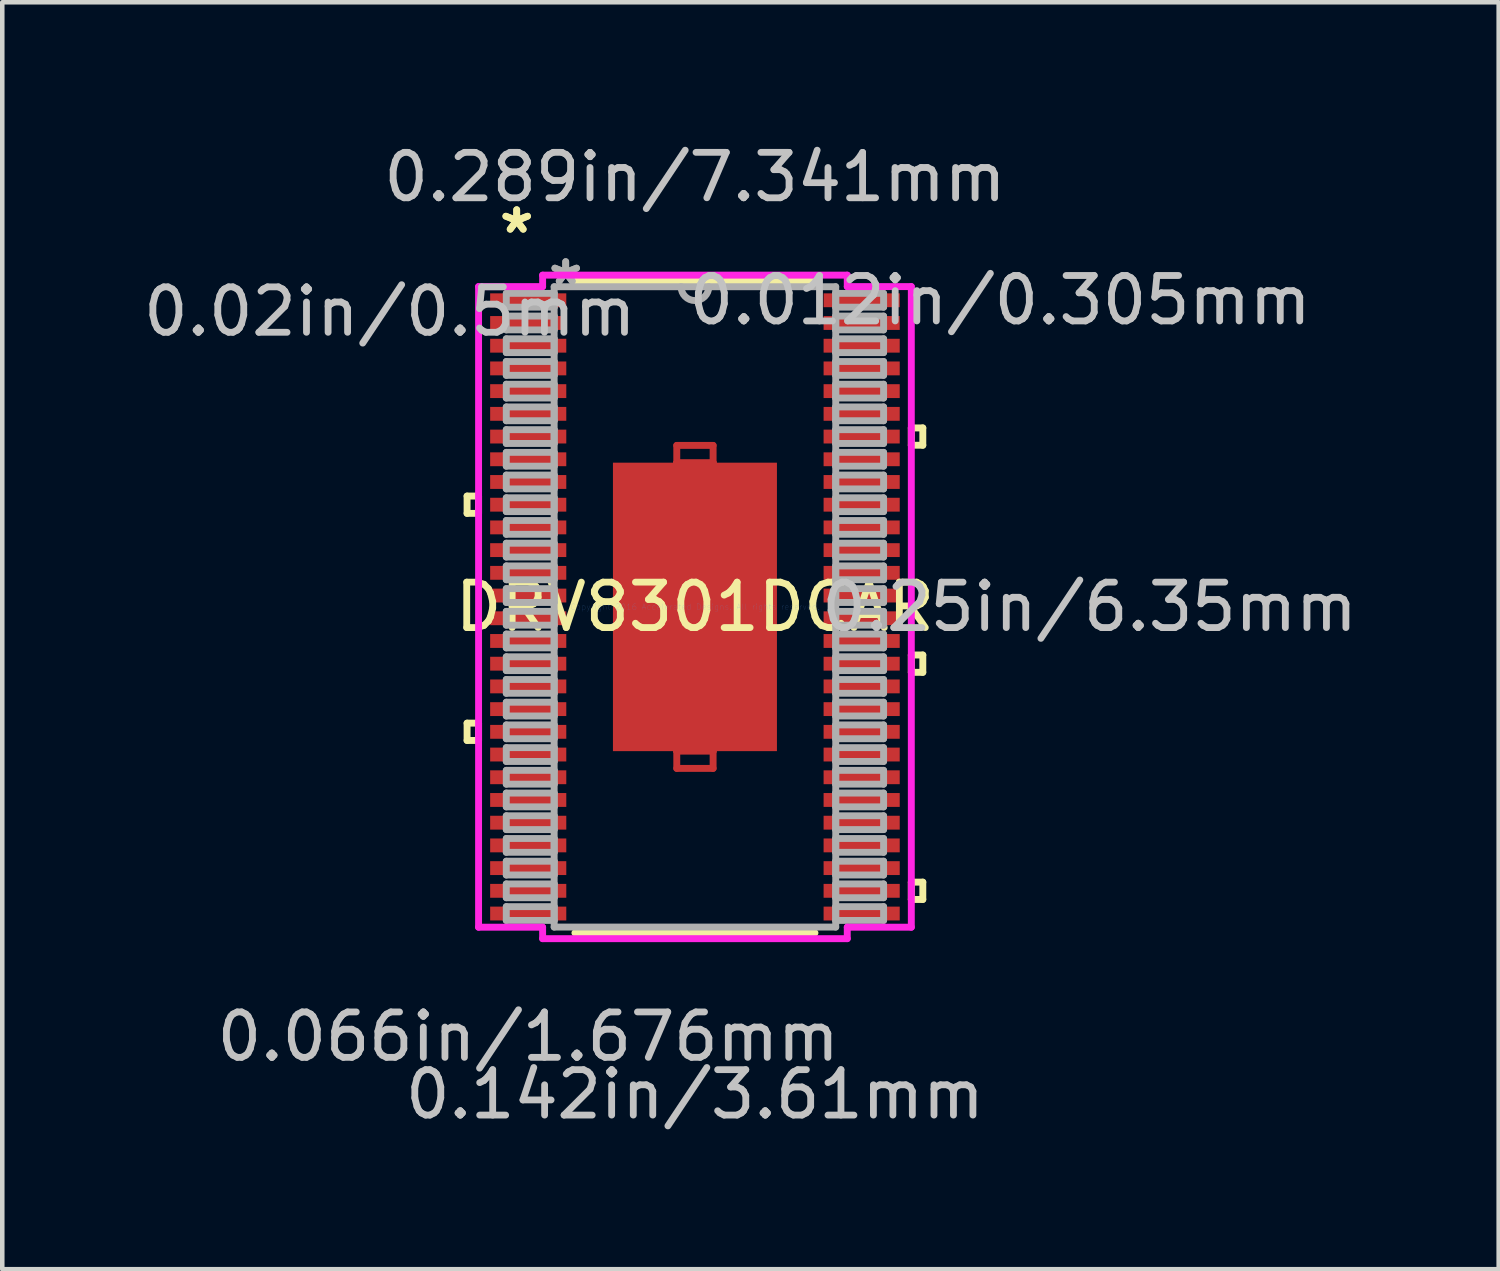
<source format=kicad_pcb>
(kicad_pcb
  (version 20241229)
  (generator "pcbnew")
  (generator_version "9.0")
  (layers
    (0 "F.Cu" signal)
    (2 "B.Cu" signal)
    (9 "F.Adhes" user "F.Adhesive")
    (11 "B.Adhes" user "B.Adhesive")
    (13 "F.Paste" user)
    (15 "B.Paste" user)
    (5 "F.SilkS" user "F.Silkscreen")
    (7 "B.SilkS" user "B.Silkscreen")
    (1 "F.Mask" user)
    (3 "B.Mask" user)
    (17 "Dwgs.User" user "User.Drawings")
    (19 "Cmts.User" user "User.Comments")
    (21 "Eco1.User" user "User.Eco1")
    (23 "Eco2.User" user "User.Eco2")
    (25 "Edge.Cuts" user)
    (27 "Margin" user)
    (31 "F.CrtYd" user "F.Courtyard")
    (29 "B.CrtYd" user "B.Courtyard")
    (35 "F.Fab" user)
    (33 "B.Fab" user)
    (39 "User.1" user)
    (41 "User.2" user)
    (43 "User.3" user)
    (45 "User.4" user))
  (footprint "DRV8301DCAR"
    (layer "F.Cu")
    (at 12.248 10.31)
    (property "Reference" "DRV8301DCAR" (at 0 0 0) (layer "F.SilkS") (effects (font (size 1 1) (thickness 0.15))))
    (attr through_hole)
    (fp_line (start -0.4 -3.555) (end 0.4 -3.555) (stroke (width 0.152) (type solid)) (layer "F.Cu"))
    (fp_line (start -0.4 -3.175) (end -0.4 -3.555) (stroke (width 0.152) (type solid)) (layer "F.Cu"))
    (fp_line (start -0.4 -3.175) (end -0.4 -3.175) (stroke (width 0.152) (type solid)) (layer "F.Cu"))
    (fp_line (start -0.4 -3.175) (end -0.4 -3.175) (stroke (width 0.152) (type solid)) (layer "F.Cu"))
    (fp_line (start -0.4 3.175) (end -0.4 3.175) (stroke (width 0.152) (type solid)) (layer "F.Cu"))
    (fp_line (start -0.4 3.175) (end -0.4 3.175) (stroke (width 0.152) (type solid)) (layer "F.Cu"))
    (fp_line (start -0.4 3.175) (end -0.4 3.555) (stroke (width 0.152) (type solid)) (layer "F.Cu"))
    (fp_line (start -0.4 3.555) (end 0.4 3.555) (stroke (width 0.152) (type solid)) (layer "F.Cu"))
    (fp_line (start 0.4 -3.555) (end 0.4 -3.175) (stroke (width 0.152) (type solid)) (layer "F.Cu"))
    (fp_line (start 0.4 -3.175) (end -0.4 -3.175) (stroke (width 0.152) (type solid)) (layer "F.Cu"))
    (fp_line (start 0.4 -3.175) (end 0.4 -3.175) (stroke (width 0.152) (type solid)) (layer "F.Cu"))
    (fp_line (start 0.4 -3.175) (end 0.4 -3.175) (stroke (width 0.152) (type solid)) (layer "F.Cu"))
    (fp_line (start 0.4 3.175) (end -0.4 3.175) (stroke (width 0.152) (type solid)) (layer "F.Cu"))
    (fp_line (start 0.4 3.175) (end 0.4 3.175) (stroke (width 0.152) (type solid)) (layer "F.Cu"))
    (fp_line (start 0.4 3.175) (end 0.4 3.175) (stroke (width 0.152) (type solid)) (layer "F.Cu"))
    (fp_line (start 0.4 3.555) (end 0.4 3.175) (stroke (width 0.152) (type solid)) (layer "F.Cu"))
    (fp_line (start -1.869 -3.239) (end -1.381 -3.239) (stroke (width 0.152) (type solid)) (layer "F.Mask"))
    (fp_line (start -1.869 -3.239) (end 1.869 -3.239) (stroke (width 0.152) (type solid)) (layer "F.Mask"))
    (fp_line (start -1.869 -2.956) (end -1.869 -3.239) (stroke (width 0.152) (type solid)) (layer "F.Mask"))
    (fp_line (start -1.869 -2.556) (end 1.869 -2.556) (stroke (width 0.152) (type solid)) (layer "F.Mask"))
    (fp_line (start -1.869 -2.168) (end -1.869 -2.556) (stroke (width 0.152) (type solid)) (layer "F.Mask"))
    (fp_line (start -1.869 -1.768) (end 1.869 -1.768) (stroke (width 0.152) (type solid)) (layer "F.Mask"))
    (fp_line (start -1.869 -1.381) (end -1.869 -1.768) (stroke (width 0.152) (type solid)) (layer "F.Mask"))
    (fp_line (start -1.869 -0.981) (end 1.869 -0.981) (stroke (width 0.152) (type solid)) (layer "F.Mask"))
    (fp_line (start -1.869 -0.594) (end -1.869 -0.981) (stroke (width 0.152) (type solid)) (layer "F.Mask"))
    (fp_line (start -1.869 -0.194) (end 1.869 -0.194) (stroke (width 0.152) (type solid)) (layer "F.Mask"))
    (fp_line (start -1.869 0.194) (end -1.869 -0.194) (stroke (width 0.152) (type solid)) (layer "F.Mask"))
    (fp_line (start -1.869 0.594) (end 1.869 0.594) (stroke (width 0.152) (type solid)) (layer "F.Mask"))
    (fp_line (start -1.869 0.981) (end -1.869 0.594) (stroke (width 0.152) (type solid)) (layer "F.Mask"))
    (fp_line (start -1.869 1.381) (end 1.869 1.381) (stroke (width 0.152) (type solid)) (layer "F.Mask"))
    (fp_line (start -1.869 1.768) (end -1.869 1.381) (stroke (width 0.152) (type solid)) (layer "F.Mask"))
    (fp_line (start -1.869 2.168) (end 1.869 2.168) (stroke (width 0.152) (type solid)) (layer "F.Mask"))
    (fp_line (start -1.869 2.556) (end -1.869 2.168) (stroke (width 0.152) (type solid)) (layer "F.Mask"))
    (fp_line (start -1.869 2.956) (end 1.869 2.956) (stroke (width 0.152) (type solid)) (layer "F.Mask"))
    (fp_line (start -1.869 3.239) (end -1.869 -3.239) (stroke (width 0.152) (type solid)) (layer "F.Mask"))
    (fp_line (start -1.869 3.239) (end -1.869 2.956) (stroke (width 0.152) (type solid)) (layer "F.Mask"))
    (fp_line (start -1.381 -3.239) (end -1.381 3.239) (stroke (width 0.152) (type solid)) (layer "F.Mask"))
    (fp_line (start -1.381 3.239) (end -1.869 3.239) (stroke (width 0.152) (type solid)) (layer "F.Mask"))
    (fp_line (start -0.981 -3.239) (end -0.981 3.239) (stroke (width 0.152) (type solid)) (layer "F.Mask"))
    (fp_line (start -0.981 3.239) (end -0.594 3.239) (stroke (width 0.152) (type solid)) (layer "F.Mask"))
    (fp_line (start -0.594 -3.239) (end -0.981 -3.239) (stroke (width 0.152) (type solid)) (layer "F.Mask"))
    (fp_line (start -0.594 3.239) (end -0.594 -3.239) (stroke (width 0.152) (type solid)) (layer "F.Mask"))
    (fp_line (start -0.4 -3.555) (end 0.4 -3.555) (stroke (width 0.152) (type solid)) (layer "F.Mask"))
    (fp_line (start -0.4 -3.175) (end -0.4 -3.555) (stroke (width 0.152) (type solid)) (layer "F.Mask"))
    (fp_line (start -0.4 -3.175) (end -0.4 -3.175) (stroke (width 0.152) (type solid)) (layer "F.Mask"))
    (fp_line (start -0.4 -3.175) (end -0.4 -3.175) (stroke (width 0.152) (type solid)) (layer "F.Mask"))
    (fp_line (start -0.4 3.175) (end -0.4 3.175) (stroke (width 0.152) (type solid)) (layer "F.Mask"))
    (fp_line (start -0.4 3.175) (end -0.4 3.175) (stroke (width 0.152) (type solid)) (layer "F.Mask"))
    (fp_line (start -0.4 3.175) (end -0.4 3.555) (stroke (width 0.152) (type solid)) (layer "F.Mask"))
    (fp_line (start -0.4 3.555) (end 0.4 3.555) (stroke (width 0.152) (type solid)) (layer "F.Mask"))
    (fp_line (start -0.194 -3.239) (end -0.194 3.239) (stroke (width 0.152) (type solid)) (layer "F.Mask"))
    (fp_line (start -0.194 3.239) (end 0.194 3.239) (stroke (width 0.152) (type solid)) (layer "F.Mask"))
    (fp_line (start 0.194 -3.239) (end -0.194 -3.239) (stroke (width 0.152) (type solid)) (layer "F.Mask"))
    (fp_line (start 0.194 3.239) (end 0.194 -3.239) (stroke (width 0.152) (type solid)) (layer "F.Mask"))
    (fp_line (start 0.4 -3.555) (end 0.4 -3.175) (stroke (width 0.152) (type solid)) (layer "F.Mask"))
    (fp_line (start 0.4 -3.175) (end -0.4 -3.175) (stroke (width 0.152) (type solid)) (layer "F.Mask"))
    (fp_line (start 0.4 -3.175) (end 0.4 -3.175) (stroke (width 0.152) (type solid)) (layer "F.Mask"))
    (fp_line (start 0.4 -3.175) (end 0.4 -3.175) (stroke (width 0.152) (type solid)) (layer "F.Mask"))
    (fp_line (start 0.4 3.175) (end -0.4 3.175) (stroke (width 0.152) (type solid)) (layer "F.Mask"))
    (fp_line (start 0.4 3.175) (end 0.4 3.175) (stroke (width 0.152) (type solid)) (layer "F.Mask"))
    (fp_line (start 0.4 3.175) (end 0.4 3.175) (stroke (width 0.152) (type solid)) (layer "F.Mask"))
    (fp_line (start 0.4 3.555) (end 0.4 3.175) (stroke (width 0.152) (type solid)) (layer "F.Mask"))
    (fp_line (start 0.594 -3.239) (end 0.594 3.239) (stroke (width 0.152) (type solid)) (layer "F.Mask"))
    (fp_line (start 0.594 3.239) (end 0.981 3.239) (stroke (width 0.152) (type solid)) (layer "F.Mask"))
    (fp_line (start 0.981 -3.239) (end 0.594 -3.239) (stroke (width 0.152) (type solid)) (layer "F.Mask"))
    (fp_line (start 0.981 3.239) (end 0.981 -3.239) (stroke (width 0.152) (type solid)) (layer "F.Mask"))
    (fp_line (start 1.381 -3.239) (end 1.869 -3.239) (stroke (width 0.152) (type solid)) (layer "F.Mask"))
    (fp_line (start 1.381 3.239) (end 1.381 -3.239) (stroke (width 0.152) (type solid)) (layer "F.Mask"))
    (fp_line (start 1.869 -3.239) (end 1.869 -2.956) (stroke (width 0.152) (type solid)) (layer "F.Mask"))
    (fp_line (start 1.869 -3.239) (end 1.869 3.239) (stroke (width 0.152) (type solid)) (layer "F.Mask"))
    (fp_line (start 1.869 -2.956) (end -1.869 -2.956) (stroke (width 0.152) (type solid)) (layer "F.Mask"))
    (fp_line (start 1.869 -2.556) (end 1.869 -2.168) (stroke (width 0.152) (type solid)) (layer "F.Mask"))
    (fp_line (start 1.869 -2.168) (end -1.869 -2.168) (stroke (width 0.152) (type solid)) (layer "F.Mask"))
    (fp_line (start 1.869 -1.768) (end 1.869 -1.381) (stroke (width 0.152) (type solid)) (layer "F.Mask"))
    (fp_line (start 1.869 -1.381) (end -1.869 -1.381) (stroke (width 0.152) (type solid)) (layer "F.Mask"))
    (fp_line (start 1.869 -0.981) (end 1.869 -0.594) (stroke (width 0.152) (type solid)) (layer "F.Mask"))
    (fp_line (start 1.869 -0.594) (end -1.869 -0.594) (stroke (width 0.152) (type solid)) (layer "F.Mask"))
    (fp_line (start 1.869 -0.194) (end 1.869 0.194) (stroke (width 0.152) (type solid)) (layer "F.Mask"))
    (fp_line (start 1.869 0.194) (end -1.869 0.194) (stroke (width 0.152) (type solid)) (layer "F.Mask"))
    (fp_line (start 1.869 0.594) (end 1.869 0.981) (stroke (width 0.152) (type solid)) (layer "F.Mask"))
    (fp_line (start 1.869 0.981) (end -1.869 0.981) (stroke (width 0.152) (type solid)) (layer "F.Mask"))
    (fp_line (start 1.869 1.381) (end 1.869 1.768) (stroke (width 0.152) (type solid)) (layer "F.Mask"))
    (fp_line (start 1.869 1.768) (end -1.869 1.768) (stroke (width 0.152) (type solid)) (layer "F.Mask"))
    (fp_line (start 1.869 2.168) (end 1.869 2.556) (stroke (width 0.152) (type solid)) (layer "F.Mask"))
    (fp_line (start 1.869 2.556) (end -1.869 2.556) (stroke (width 0.152) (type solid)) (layer "F.Mask"))
    (fp_line (start 1.869 2.956) (end 1.869 3.239) (stroke (width 0.152) (type solid)) (layer "F.Mask"))
    (fp_line (start 1.869 3.239) (end -1.869 3.239) (stroke (width 0.152) (type solid)) (layer "F.Mask"))
    (fp_line (start 1.869 3.239) (end 1.381 3.239) (stroke (width 0.152) (type solid)) (layer "F.Mask"))
    (fp_line (start -5.016 -2.44) (end -5.016 -2.059) (stroke (width 0.152) (type solid)) (layer "F.SilkS"))
    (fp_line (start -5.016 -2.059) (end -4.763 -2.059) (stroke (width 0.152) (type solid)) (layer "F.SilkS"))
    (fp_line (start -5.016 2.559) (end -5.016 2.94) (stroke (width 0.152) (type solid)) (layer "F.SilkS"))
    (fp_line (start -5.016 2.94) (end -4.763 2.94) (stroke (width 0.152) (type solid)) (layer "F.SilkS"))
    (fp_line (start -4.763 -2.44) (end -5.016 -2.44) (stroke (width 0.152) (type solid)) (layer "F.SilkS"))
    (fp_line (start -4.763 -2.059) (end -4.763 -2.44) (stroke (width 0.152) (type solid)) (layer "F.SilkS"))
    (fp_line (start -4.763 2.559) (end -5.016 2.559) (stroke (width 0.152) (type solid)) (layer "F.SilkS"))
    (fp_line (start -4.763 2.94) (end -4.763 2.559) (stroke (width 0.152) (type solid)) (layer "F.SilkS"))
    (fp_line (start -2.642 7.176) (end 2.642 7.176) (stroke (width 0.152) (type solid)) (layer "F.SilkS"))
    (fp_line (start 2.642 -7.176) (end -2.642 -7.176) (stroke (width 0.152) (type solid)) (layer "F.SilkS"))
    (fp_line (start 4.763 -3.94) (end 5.016 -3.94) (stroke (width 0.152) (type solid)) (layer "F.SilkS"))
    (fp_line (start 4.763 -3.559) (end 4.763 -3.94) (stroke (width 0.152) (type solid)) (layer "F.SilkS"))
    (fp_line (start 4.763 1.059) (end 5.016 1.059) (stroke (width 0.152) (type solid)) (layer "F.SilkS"))
    (fp_line (start 4.763 1.44) (end 4.763 1.059) (stroke (width 0.152) (type solid)) (layer "F.SilkS"))
    (fp_line (start 4.763 6.059) (end 5.016 6.059) (stroke (width 0.152) (type solid)) (layer "F.SilkS"))
    (fp_line (start 4.763 6.44) (end 4.763 6.059) (stroke (width 0.152) (type solid)) (layer "F.SilkS"))
    (fp_line (start 5.016 -3.94) (end 5.016 -3.559) (stroke (width 0.152) (type solid)) (layer "F.SilkS"))
    (fp_line (start 5.016 -3.559) (end 4.763 -3.559) (stroke (width 0.152) (type solid)) (layer "F.SilkS"))
    (fp_line (start 5.016 1.059) (end 5.016 1.44) (stroke (width 0.152) (type solid)) (layer "F.SilkS"))
    (fp_line (start 5.016 1.44) (end 4.763 1.44) (stroke (width 0.152) (type solid)) (layer "F.SilkS"))
    (fp_line (start 5.016 6.059) (end 5.016 6.44) (stroke (width 0.152) (type solid)) (layer "F.SilkS"))
    (fp_line (start 5.016 6.44) (end 4.763 6.44) (stroke (width 0.152) (type solid)) (layer "F.SilkS"))
    (fp_line (start -1.73 -3.1) (end -1.73 -2.856) (stroke (width 0.152) (type solid)) (layer "F.Paste"))
    (fp_line (start -1.73 -2.856) (end -1.423 -2.856) (stroke (width 0.152) (type solid)) (layer "F.Paste"))
    (fp_line (start -1.73 -2.656) (end -1.73 -2.068) (stroke (width 0.152) (type solid)) (layer "F.Paste"))
    (fp_line (start -1.73 -2.068) (end -1.423 -2.068) (stroke (width 0.152) (type solid)) (layer "F.Paste"))
    (fp_line (start -1.73 -1.869) (end -1.73 -1.281) (stroke (width 0.152) (type solid)) (layer "F.Paste"))
    (fp_line (start -1.73 -1.281) (end -1.423 -1.281) (stroke (width 0.152) (type solid)) (layer "F.Paste"))
    (fp_line (start -1.73 -1.081) (end -1.73 -0.494) (stroke (width 0.152) (type solid)) (layer "F.Paste"))
    (fp_line (start -1.73 -0.494) (end -1.423 -0.494) (stroke (width 0.152) (type solid)) (layer "F.Paste"))
    (fp_line (start -1.73 -0.294) (end -1.73 0.294) (stroke (width 0.152) (type solid)) (layer "F.Paste"))
    (fp_line (start -1.73 0.294) (end -1.423 0.294) (stroke (width 0.152) (type solid)) (layer "F.Paste"))
    (fp_line (start -1.73 0.494) (end -1.73 1.081) (stroke (width 0.152) (type solid)) (layer "F.Paste"))
    (fp_line (start -1.73 1.081) (end -1.423 1.081) (stroke (width 0.152) (type solid)) (layer "F.Paste"))
    (fp_line (start -1.73 1.281) (end -1.73 1.869) (stroke (width 0.152) (type solid)) (layer "F.Paste"))
    (fp_line (start -1.73 1.869) (end -1.423 1.869) (stroke (width 0.152) (type solid)) (layer "F.Paste"))
    (fp_line (start -1.73 2.068) (end -1.73 2.656) (stroke (width 0.152) (type solid)) (layer "F.Paste"))
    (fp_line (start -1.73 2.656) (end -1.423 2.656) (stroke (width 0.152) (type solid)) (layer "F.Paste"))
    (fp_line (start -1.73 2.856) (end -1.73 3.1) (stroke (width 0.152) (type solid)) (layer "F.Paste"))
    (fp_line (start -1.73 3.1) (end -1.281 3.1) (stroke (width 0.152) (type solid)) (layer "F.Paste"))
    (fp_line (start -1.423 -2.856) (end -1.423 -2.856) (stroke (width 0.152) (type solid)) (layer "F.Paste"))
    (fp_line (start -1.423 -2.856) (end -1.281 -2.997) (stroke (width 0.152) (type solid)) (layer "F.Paste"))
    (fp_line (start -1.423 -2.656) (end -1.73 -2.656) (stroke (width 0.152) (type solid)) (layer "F.Paste"))
    (fp_line (start -1.423 -2.656) (end -1.423 -2.656) (stroke (width 0.152) (type solid)) (layer "F.Paste"))
    (fp_line (start -1.423 -2.068) (end -1.423 -2.068) (stroke (width 0.152) (type solid)) (layer "F.Paste"))
    (fp_line (start -1.423 -2.068) (end -1.281 -2.21) (stroke (width 0.152) (type solid)) (layer "F.Paste"))
    (fp_line (start -1.423 -1.869) (end -1.73 -1.869) (stroke (width 0.152) (type solid)) (layer "F.Paste"))
    (fp_line (start -1.423 -1.869) (end -1.423 -1.869) (stroke (width 0.152) (type solid)) (layer "F.Paste"))
    (fp_line (start -1.423 -1.281) (end -1.423 -1.281) (stroke (width 0.152) (type solid)) (layer "F.Paste"))
    (fp_line (start -1.423 -1.281) (end -1.281 -1.423) (stroke (width 0.152) (type solid)) (layer "F.Paste"))
    (fp_line (start -1.423 -1.081) (end -1.73 -1.081) (stroke (width 0.152) (type solid)) (layer "F.Paste"))
    (fp_line (start -1.423 -1.081) (end -1.423 -1.081) (stroke (width 0.152) (type solid)) (layer "F.Paste"))
    (fp_line (start -1.423 -0.494) (end -1.423 -0.494) (stroke (width 0.152) (type solid)) (layer "F.Paste"))
    (fp_line (start -1.423 -0.494) (end -1.281 -0.635) (stroke (width 0.152) (type solid)) (layer "F.Paste"))
    (fp_line (start -1.423 -0.294) (end -1.73 -0.294) (stroke (width 0.152) (type solid)) (layer "F.Paste"))
    (fp_line (start -1.423 -0.294) (end -1.423 -0.294) (stroke (width 0.152) (type solid)) (layer "F.Paste"))
    (fp_line (start -1.423 0.294) (end -1.423 0.294) (stroke (width 0.152) (type solid)) (layer "F.Paste"))
    (fp_line (start -1.423 0.294) (end -1.281 0.152) (stroke (width 0.152) (type solid)) (layer "F.Paste"))
    (fp_line (start -1.423 0.494) (end -1.73 0.494) (stroke (width 0.152) (type solid)) (layer "F.Paste"))
    (fp_line (start -1.423 0.494) (end -1.423 0.494) (stroke (width 0.152) (type solid)) (layer "F.Paste"))
    (fp_line (start -1.423 1.081) (end -1.423 1.081) (stroke (width 0.152) (type solid)) (layer "F.Paste"))
    (fp_line (start -1.423 1.081) (end -1.281 0.94) (stroke (width 0.152) (type solid)) (layer "F.Paste"))
    (fp_line (start -1.423 1.281) (end -1.73 1.281) (stroke (width 0.152) (type solid)) (layer "F.Paste"))
    (fp_line (start -1.423 1.281) (end -1.423 1.281) (stroke (width 0.152) (type solid)) (layer "F.Paste"))
    (fp_line (start -1.423 1.869) (end -1.423 1.869) (stroke (width 0.152) (type solid)) (layer "F.Paste"))
    (fp_line (start -1.423 1.869) (end -1.281 1.727) (stroke (width 0.152) (type solid)) (layer "F.Paste"))
    (fp_line (start -1.423 2.068) (end -1.73 2.068) (stroke (width 0.152) (type solid)) (layer "F.Paste"))
    (fp_line (start -1.423 2.068) (end -1.423 2.068) (stroke (width 0.152) (type solid)) (layer "F.Paste"))
    (fp_line (start -1.423 2.656) (end -1.423 2.656) (stroke (width 0.152) (type solid)) (layer "F.Paste"))
    (fp_line (start -1.423 2.656) (end -1.281 2.514) (stroke (width 0.152) (type solid)) (layer "F.Paste"))
    (fp_line (start -1.423 2.856) (end -1.73 2.856) (stroke (width 0.152) (type solid)) (layer "F.Paste"))
    (fp_line (start -1.423 2.856) (end -1.423 2.856) (stroke (width 0.152) (type solid)) (layer "F.Paste"))
    (fp_line (start -1.281 -3.1) (end -1.73 -3.1) (stroke (width 0.152) (type solid)) (layer "F.Paste"))
    (fp_line (start -1.281 -2.997) (end -1.281 -3.1) (stroke (width 0.152) (type solid)) (layer "F.Paste"))
    (fp_line (start -1.281 -2.997) (end -1.281 -2.997) (stroke (width 0.152) (type solid)) (layer "F.Paste"))
    (fp_line (start -1.281 -2.514) (end -1.423 -2.656) (stroke (width 0.152) (type solid)) (layer "F.Paste"))
    (fp_line (start -1.281 -2.514) (end -1.281 -2.514) (stroke (width 0.152) (type solid)) (layer "F.Paste"))
    (fp_line (start -1.281 -2.21) (end -1.281 -2.514) (stroke (width 0.152) (type solid)) (layer "F.Paste"))
    (fp_line (start -1.281 -2.21) (end -1.281 -2.21) (stroke (width 0.152) (type solid)) (layer "F.Paste"))
    (fp_line (start -1.281 -1.727) (end -1.423 -1.869) (stroke (width 0.152) (type solid)) (layer "F.Paste"))
    (fp_line (start -1.281 -1.727) (end -1.281 -1.727) (stroke (width 0.152) (type solid)) (layer "F.Paste"))
    (fp_line (start -1.281 -1.423) (end -1.281 -1.727) (stroke (width 0.152) (type solid)) (layer "F.Paste"))
    (fp_line (start -1.281 -1.423) (end -1.281 -1.423) (stroke (width 0.152) (type solid)) (layer "F.Paste"))
    (fp_line (start -1.281 -0.94) (end -1.423 -1.081) (stroke (width 0.152) (type solid)) (layer "F.Paste"))
    (fp_line (start -1.281 -0.94) (end -1.281 -0.94) (stroke (width 0.152) (type solid)) (layer "F.Paste"))
    (fp_line (start -1.281 -0.635) (end -1.281 -0.94) (stroke (width 0.152) (type solid)) (layer "F.Paste"))
    (fp_line (start -1.281 -0.635) (end -1.281 -0.635) (stroke (width 0.152) (type solid)) (layer "F.Paste"))
    (fp_line (start -1.281 -0.152) (end -1.423 -0.294) (stroke (width 0.152) (type solid)) (layer "F.Paste"))
    (fp_line (start -1.281 -0.152) (end -1.281 -0.152) (stroke (width 0.152) (type solid)) (layer "F.Paste"))
    (fp_line (start -1.281 0.152) (end -1.281 -0.152) (stroke (width 0.152) (type solid)) (layer "F.Paste"))
    (fp_line (start -1.281 0.152) (end -1.281 0.152) (stroke (width 0.152) (type solid)) (layer "F.Paste"))
    (fp_line (start -1.281 0.635) (end -1.423 0.494) (stroke (width 0.152) (type solid)) (layer "F.Paste"))
    (fp_line (start -1.281 0.635) (end -1.281 0.635) (stroke (width 0.152) (type solid)) (layer "F.Paste"))
    (fp_line (start -1.281 0.94) (end -1.281 0.635) (stroke (width 0.152) (type solid)) (layer "F.Paste"))
    (fp_line (start -1.281 0.94) (end -1.281 0.94) (stroke (width 0.152) (type solid)) (layer "F.Paste"))
    (fp_line (start -1.281 1.423) (end -1.423 1.281) (stroke (width 0.152) (type solid)) (layer "F.Paste"))
    (fp_line (start -1.281 1.423) (end -1.281 1.423) (stroke (width 0.152) (type solid)) (layer "F.Paste"))
    (fp_line (start -1.281 1.727) (end -1.281 1.423) (stroke (width 0.152) (type solid)) (layer "F.Paste"))
    (fp_line (start -1.281 1.727) (end -1.281 1.727) (stroke (width 0.152) (type solid)) (layer "F.Paste"))
    (fp_line (start -1.281 2.21) (end -1.423 2.068) (stroke (width 0.152) (type solid)) (layer "F.Paste"))
    (fp_line (start -1.281 2.21) (end -1.281 2.21) (stroke (width 0.152) (type solid)) (layer "F.Paste"))
    (fp_line (start -1.281 2.514) (end -1.281 2.21) (stroke (width 0.152) (type solid)) (layer "F.Paste"))
    (fp_line (start -1.281 2.514) (end -1.281 2.514) (stroke (width 0.152) (type solid)) (layer "F.Paste"))
    (fp_line (start -1.281 2.997) (end -1.423 2.856) (stroke (width 0.152) (type solid)) (layer "F.Paste"))
    (fp_line (start -1.281 2.997) (end -1.281 2.997) (stroke (width 0.152) (type solid)) (layer "F.Paste"))
    (fp_line (start -1.281 3.1) (end -1.281 2.997) (stroke (width 0.152) (type solid)) (layer "F.Paste"))
    (fp_line (start -1.081 -3.1) (end -1.081 -2.997) (stroke (width 0.152) (type solid)) (layer "F.Paste"))
    (fp_line (start -1.081 -2.997) (end -1.081 -2.997) (stroke (width 0.152) (type solid)) (layer "F.Paste"))
    (fp_line (start -1.081 -2.997) (end -0.94 -2.856) (stroke (width 0.152) (type solid)) (layer "F.Paste"))
    (fp_line (start -1.081 -2.514) (end -1.081 -2.514) (stroke (width 0.152) (type solid)) (layer "F.Paste"))
    (fp_line (start -1.081 -2.514) (end -1.081 -2.21) (stroke (width 0.152) (type solid)) (layer "F.Paste"))
    (fp_line (start -1.081 -2.21) (end -1.081 -2.21) (stroke (width 0.152) (type solid)) (layer "F.Paste"))
    (fp_line (start -1.081 -2.21) (end -0.94 -2.068) (stroke (width 0.152) (type solid)) (layer "F.Paste"))
    (fp_line (start -1.081 -1.727) (end -1.081 -1.727) (stroke (width 0.152) (type solid)) (layer "F.Paste"))
    (fp_line (start -1.081 -1.727) (end -1.081 -1.423) (stroke (width 0.152) (type solid)) (layer "F.Paste"))
    (fp_line (start -1.081 -1.423) (end -1.081 -1.423) (stroke (width 0.152) (type solid)) (layer "F.Paste"))
    (fp_line (start -1.081 -1.423) (end -0.94 -1.281) (stroke (width 0.152) (type solid)) (layer "F.Paste"))
    (fp_line (start -1.081 -0.94) (end -1.081 -0.94) (stroke (width 0.152) (type solid)) (layer "F.Paste"))
    (fp_line (start -1.081 -0.94) (end -1.081 -0.635) (stroke (width 0.152) (type solid)) (layer "F.Paste"))
    (fp_line (start -1.081 -0.635) (end -1.081 -0.635) (stroke (width 0.152) (type solid)) (layer "F.Paste"))
    (fp_line (start -1.081 -0.635) (end -0.94 -0.494) (stroke (width 0.152) (type solid)) (layer "F.Paste"))
    (fp_line (start -1.081 -0.152) (end -1.081 -0.152) (stroke (width 0.152) (type solid)) (layer "F.Paste"))
    (fp_line (start -1.081 -0.152) (end -1.081 0.152) (stroke (width 0.152) (type solid)) (layer "F.Paste"))
    (fp_line (start -1.081 0.152) (end -1.081 0.152) (stroke (width 0.152) (type solid)) (layer "F.Paste"))
    (fp_line (start -1.081 0.152) (end -0.94 0.294) (stroke (width 0.152) (type solid)) (layer "F.Paste"))
    (fp_line (start -1.081 0.635) (end -1.081 0.635) (stroke (width 0.152) (type solid)) (layer "F.Paste"))
    (fp_line (start -1.081 0.635) (end -1.081 0.94) (stroke (width 0.152) (type solid)) (layer "F.Paste"))
    (fp_line (start -1.081 0.94) (end -1.081 0.94) (stroke (width 0.152) (type solid)) (layer "F.Paste"))
    (fp_line (start -1.081 0.94) (end -0.94 1.081) (stroke (width 0.152) (type solid)) (layer "F.Paste"))
    (fp_line (start -1.081 1.423) (end -1.081 1.423) (stroke (width 0.152) (type solid)) (layer "F.Paste"))
    (fp_line (start -1.081 1.423) (end -1.081 1.727) (stroke (width 0.152) (type solid)) (layer "F.Paste"))
    (fp_line (start -1.081 1.727) (end -1.081 1.727) (stroke (width 0.152) (type solid)) (layer "F.Paste"))
    (fp_line (start -1.081 1.727) (end -0.94 1.869) (stroke (width 0.152) (type solid)) (layer "F.Paste"))
    (fp_line (start -1.081 2.21) (end -1.081 2.21) (stroke (width 0.152) (type solid)) (layer "F.Paste"))
    (fp_line (start -1.081 2.21) (end -1.081 2.514) (stroke (width 0.152) (type solid)) (layer "F.Paste"))
    (fp_line (start -1.081 2.514) (end -1.081 2.514) (stroke (width 0.152) (type solid)) (layer "F.Paste"))
    (fp_line (start -1.081 2.514) (end -0.94 2.656) (stroke (width 0.152) (type solid)) (layer "F.Paste"))
    (fp_line (start -1.081 2.997) (end -1.081 2.997) (stroke (width 0.152) (type solid)) (layer "F.Paste"))
    (fp_line (start -1.081 2.997) (end -1.081 3.1) (stroke (width 0.152) (type solid)) (layer "F.Paste"))
    (fp_line (start -1.081 3.1) (end -0.494 3.1) (stroke (width 0.152) (type solid)) (layer "F.Paste"))
    (fp_line (start -0.94 -2.856) (end -0.94 -2.856) (stroke (width 0.152) (type solid)) (layer "F.Paste"))
    (fp_line (start -0.94 -2.856) (end -0.635 -2.856) (stroke (width 0.152) (type solid)) (layer "F.Paste"))
    (fp_line (start -0.94 -2.656) (end -1.081 -2.514) (stroke (width 0.152) (type solid)) (layer "F.Paste"))
    (fp_line (start -0.94 -2.656) (end -0.94 -2.656) (stroke (width 0.152) (type solid)) (layer "F.Paste"))
    (fp_line (start -0.94 -2.068) (end -0.94 -2.068) (stroke (width 0.152) (type solid)) (layer "F.Paste"))
    (fp_line (start -0.94 -2.068) (end -0.635 -2.068) (stroke (width 0.152) (type solid)) (layer "F.Paste"))
    (fp_line (start -0.94 -1.869) (end -1.081 -1.727) (stroke (width 0.152) (type solid)) (layer "F.Paste"))
    (fp_line (start -0.94 -1.869) (end -0.94 -1.869) (stroke (width 0.152) (type solid)) (layer "F.Paste"))
    (fp_line (start -0.94 -1.281) (end -0.94 -1.281) (stroke (width 0.152) (type solid)) (layer "F.Paste"))
    (fp_line (start -0.94 -1.281) (end -0.635 -1.281) (stroke (width 0.152) (type solid)) (layer "F.Paste"))
    (fp_line (start -0.94 -1.081) (end -1.081 -0.94) (stroke (width 0.152) (type solid)) (layer "F.Paste"))
    (fp_line (start -0.94 -1.081) (end -0.94 -1.081) (stroke (width 0.152) (type solid)) (layer "F.Paste"))
    (fp_line (start -0.94 -0.494) (end -0.94 -0.494) (stroke (width 0.152) (type solid)) (layer "F.Paste"))
    (fp_line (start -0.94 -0.494) (end -0.635 -0.494) (stroke (width 0.152) (type solid)) (layer "F.Paste"))
    (fp_line (start -0.94 -0.294) (end -1.081 -0.152) (stroke (width 0.152) (type solid)) (layer "F.Paste"))
    (fp_line (start -0.94 -0.294) (end -0.94 -0.294) (stroke (width 0.152) (type solid)) (layer "F.Paste"))
    (fp_line (start -0.94 0.294) (end -0.94 0.294) (stroke (width 0.152) (type solid)) (layer "F.Paste"))
    (fp_line (start -0.94 0.294) (end -0.635 0.294) (stroke (width 0.152) (type solid)) (layer "F.Paste"))
    (fp_line (start -0.94 0.494) (end -1.081 0.635) (stroke (width 0.152) (type solid)) (layer "F.Paste"))
    (fp_line (start -0.94 0.494) (end -0.94 0.494) (stroke (width 0.152) (type solid)) (layer "F.Paste"))
    (fp_line (start -0.94 1.081) (end -0.94 1.081) (stroke (width 0.152) (type solid)) (layer "F.Paste"))
    (fp_line (start -0.94 1.081) (end -0.635 1.081) (stroke (width 0.152) (type solid)) (layer "F.Paste"))
    (fp_line (start -0.94 1.281) (end -1.081 1.423) (stroke (width 0.152) (type solid)) (layer "F.Paste"))
    (fp_line (start -0.94 1.281) (end -0.94 1.281) (stroke (width 0.152) (type solid)) (layer "F.Paste"))
    (fp_line (start -0.94 1.869) (end -0.94 1.869) (stroke (width 0.152) (type solid)) (layer "F.Paste"))
    (fp_line (start -0.94 1.869) (end -0.635 1.869) (stroke (width 0.152) (type solid)) (layer "F.Paste"))
    (fp_line (start -0.94 2.068) (end -1.081 2.21) (stroke (width 0.152) (type solid)) (layer "F.Paste"))
    (fp_line (start -0.94 2.068) (end -0.94 2.068) (stroke (width 0.152) (type solid)) (layer "F.Paste"))
    (fp_line (start -0.94 2.656) (end -0.94 2.656) (stroke (width 0.152) (type solid)) (layer "F.Paste"))
    (fp_line (start -0.94 2.656) (end -0.635 2.656) (stroke (width 0.152) (type solid)) (layer "F.Paste"))
    (fp_line (start -0.94 2.856) (end -1.081 2.997) (stroke (width 0.152) (type solid)) (layer "F.Paste"))
    (fp_line (start -0.94 2.856) (end -0.94 2.856) (stroke (width 0.152) (type solid)) (layer "F.Paste"))
    (fp_line (start -0.635 -2.856) (end -0.635 -2.856) (stroke (width 0.152) (type solid)) (layer "F.Paste"))
    (fp_line (start -0.635 -2.856) (end -0.494 -2.997) (stroke (width 0.152) (type solid)) (layer "F.Paste"))
    (fp_line (start -0.635 -2.656) (end -0.94 -2.656) (stroke (width 0.152) (type solid)) (layer "F.Paste"))
    (fp_line (start -0.635 -2.656) (end -0.635 -2.656) (stroke (width 0.152) (type solid)) (layer "F.Paste"))
    (fp_line (start -0.635 -2.068) (end -0.635 -2.068) (stroke (width 0.152) (type solid)) (layer "F.Paste"))
    (fp_line (start -0.635 -2.068) (end -0.494 -2.21) (stroke (width 0.152) (type solid)) (layer "F.Paste"))
    (fp_line (start -0.635 -1.869) (end -0.94 -1.869) (stroke (width 0.152) (type solid)) (layer "F.Paste"))
    (fp_line (start -0.635 -1.869) (end -0.635 -1.869) (stroke (width 0.152) (type solid)) (layer "F.Paste"))
    (fp_line (start -0.635 -1.281) (end -0.635 -1.281) (stroke (width 0.152) (type solid)) (layer "F.Paste"))
    (fp_line (start -0.635 -1.281) (end -0.494 -1.423) (stroke (width 0.152) (type solid)) (layer "F.Paste"))
    (fp_line (start -0.635 -1.081) (end -0.94 -1.081) (stroke (width 0.152) (type solid)) (layer "F.Paste"))
    (fp_line (start -0.635 -1.081) (end -0.635 -1.081) (stroke (width 0.152) (type solid)) (layer "F.Paste"))
    (fp_line (start -0.635 -0.494) (end -0.635 -0.494) (stroke (width 0.152) (type solid)) (layer "F.Paste"))
    (fp_line (start -0.635 -0.494) (end -0.494 -0.635) (stroke (width 0.152) (type solid)) (layer "F.Paste"))
    (fp_line (start -0.635 -0.294) (end -0.94 -0.294) (stroke (width 0.152) (type solid)) (layer "F.Paste"))
    (fp_line (start -0.635 -0.294) (end -0.635 -0.294) (stroke (width 0.152) (type solid)) (layer "F.Paste"))
    (fp_line (start -0.635 0.294) (end -0.635 0.294) (stroke (width 0.152) (type solid)) (layer "F.Paste"))
    (fp_line (start -0.635 0.294) (end -0.494 0.152) (stroke (width 0.152) (type solid)) (layer "F.Paste"))
    (fp_line (start -0.635 0.494) (end -0.94 0.494) (stroke (width 0.152) (type solid)) (layer "F.Paste"))
    (fp_line (start -0.635 0.494) (end -0.635 0.494) (stroke (width 0.152) (type solid)) (layer "F.Paste"))
    (fp_line (start -0.635 1.081) (end -0.635 1.081) (stroke (width 0.152) (type solid)) (layer "F.Paste"))
    (fp_line (start -0.635 1.081) (end -0.494 0.94) (stroke (width 0.152) (type solid)) (layer "F.Paste"))
    (fp_line (start -0.635 1.281) (end -0.94 1.281) (stroke (width 0.152) (type solid)) (layer "F.Paste"))
    (fp_line (start -0.635 1.281) (end -0.635 1.281) (stroke (width 0.152) (type solid)) (layer "F.Paste"))
    (fp_line (start -0.635 1.869) (end -0.635 1.869) (stroke (width 0.152) (type solid)) (layer "F.Paste"))
    (fp_line (start -0.635 1.869) (end -0.494 1.727) (stroke (width 0.152) (type solid)) (layer "F.Paste"))
    (fp_line (start -0.635 2.068) (end -0.94 2.068) (stroke (width 0.152) (type solid)) (layer "F.Paste"))
    (fp_line (start -0.635 2.068) (end -0.635 2.068) (stroke (width 0.152) (type solid)) (layer "F.Paste"))
    (fp_line (start -0.635 2.656) (end -0.635 2.656) (stroke (width 0.152) (type solid)) (layer "F.Paste"))
    (fp_line (start -0.635 2.656) (end -0.494 2.514) (stroke (width 0.152) (type solid)) (layer "F.Paste"))
    (fp_line (start -0.635 2.856) (end -0.94 2.856) (stroke (width 0.152) (type solid)) (layer "F.Paste"))
    (fp_line (start -0.635 2.856) (end -0.635 2.856) (stroke (width 0.152) (type solid)) (layer "F.Paste"))
    (fp_line (start -0.494 -3.1) (end -1.081 -3.1) (stroke (width 0.152) (type solid)) (layer "F.Paste"))
    (fp_line (start -0.494 -2.997) (end -0.494 -3.1) (stroke (width 0.152) (type solid)) (layer "F.Paste"))
    (fp_line (start -0.494 -2.997) (end -0.494 -2.997) (stroke (width 0.152) (type solid)) (layer "F.Paste"))
    (fp_line (start -0.494 -2.514) (end -0.635 -2.656) (stroke (width 0.152) (type solid)) (layer "F.Paste"))
    (fp_line (start -0.494 -2.514) (end -0.494 -2.514) (stroke (width 0.152) (type solid)) (layer "F.Paste"))
    (fp_line (start -0.494 -2.21) (end -0.494 -2.514) (stroke (width 0.152) (type solid)) (layer "F.Paste"))
    (fp_line (start -0.494 -2.21) (end -0.494 -2.21) (stroke (width 0.152) (type solid)) (layer "F.Paste"))
    (fp_line (start -0.494 -1.727) (end -0.635 -1.869) (stroke (width 0.152) (type solid)) (layer "F.Paste"))
    (fp_line (start -0.494 -1.727) (end -0.494 -1.727) (stroke (width 0.152) (type solid)) (layer "F.Paste"))
    (fp_line (start -0.494 -1.423) (end -0.494 -1.727) (stroke (width 0.152) (type solid)) (layer "F.Paste"))
    (fp_line (start -0.494 -1.423) (end -0.494 -1.423) (stroke (width 0.152) (type solid)) (layer "F.Paste"))
    (fp_line (start -0.494 -0.94) (end -0.635 -1.081) (stroke (width 0.152) (type solid)) (layer "F.Paste"))
    (fp_line (start -0.494 -0.94) (end -0.494 -0.94) (stroke (width 0.152) (type solid)) (layer "F.Paste"))
    (fp_line (start -0.494 -0.635) (end -0.494 -0.94) (stroke (width 0.152) (type solid)) (layer "F.Paste"))
    (fp_line (start -0.494 -0.635) (end -0.494 -0.635) (stroke (width 0.152) (type solid)) (layer "F.Paste"))
    (fp_line (start -0.494 -0.152) (end -0.635 -0.294) (stroke (width 0.152) (type solid)) (layer "F.Paste"))
    (fp_line (start -0.494 -0.152) (end -0.494 -0.152) (stroke (width 0.152) (type solid)) (layer "F.Paste"))
    (fp_line (start -0.494 0.152) (end -0.494 -0.152) (stroke (width 0.152) (type solid)) (layer "F.Paste"))
    (fp_line (start -0.494 0.152) (end -0.494 0.152) (stroke (width 0.152) (type solid)) (layer "F.Paste"))
    (fp_line (start -0.494 0.635) (end -0.635 0.494) (stroke (width 0.152) (type solid)) (layer "F.Paste"))
    (fp_line (start -0.494 0.635) (end -0.494 0.635) (stroke (width 0.152) (type solid)) (layer "F.Paste"))
    (fp_line (start -0.494 0.94) (end -0.494 0.635) (stroke (width 0.152) (type solid)) (layer "F.Paste"))
    (fp_line (start -0.494 0.94) (end -0.494 0.94) (stroke (width 0.152) (type solid)) (layer "F.Paste"))
    (fp_line (start -0.494 1.423) (end -0.635 1.281) (stroke (width 0.152) (type solid)) (layer "F.Paste"))
    (fp_line (start -0.494 1.423) (end -0.494 1.423) (stroke (width 0.152) (type solid)) (layer "F.Paste"))
    (fp_line (start -0.494 1.727) (end -0.494 1.423) (stroke (width 0.152) (type solid)) (layer "F.Paste"))
    (fp_line (start -0.494 1.727) (end -0.494 1.727) (stroke (width 0.152) (type solid)) (layer "F.Paste"))
    (fp_line (start -0.494 2.21) (end -0.635 2.068) (stroke (width 0.152) (type solid)) (layer "F.Paste"))
    (fp_line (start -0.494 2.21) (end -0.494 2.21) (stroke (width 0.152) (type solid)) (layer "F.Paste"))
    (fp_line (start -0.494 2.514) (end -0.494 2.21) (stroke (width 0.152) (type solid)) (layer "F.Paste"))
    (fp_line (start -0.494 2.514) (end -0.494 2.514) (stroke (width 0.152) (type solid)) (layer "F.Paste"))
    (fp_line (start -0.494 2.997) (end -0.635 2.856) (stroke (width 0.152) (type solid)) (layer "F.Paste"))
    (fp_line (start -0.494 2.997) (end -0.494 2.997) (stroke (width 0.152) (type solid)) (layer "F.Paste"))
    (fp_line (start -0.494 3.1) (end -0.494 2.997) (stroke (width 0.152) (type solid)) (layer "F.Paste"))
    (fp_line (start -0.294 -3.1) (end -0.294 -2.997) (stroke (width 0.152) (type solid)) (layer "F.Paste"))
    (fp_line (start -0.294 -2.997) (end -0.294 -2.997) (stroke (width 0.152) (type solid)) (layer "F.Paste"))
    (fp_line (start -0.294 -2.997) (end -0.152 -2.856) (stroke (width 0.152) (type solid)) (layer "F.Paste"))
    (fp_line (start -0.294 -2.514) (end -0.294 -2.514) (stroke (width 0.152) (type solid)) (layer "F.Paste"))
    (fp_line (start -0.294 -2.514) (end -0.294 -2.21) (stroke (width 0.152) (type solid)) (layer "F.Paste"))
    (fp_line (start -0.294 -2.21) (end -0.294 -2.21) (stroke (width 0.152) (type solid)) (layer "F.Paste"))
    (fp_line (start -0.294 -2.21) (end -0.152 -2.068) (stroke (width 0.152) (type solid)) (layer "F.Paste"))
    (fp_line (start -0.294 -1.727) (end -0.294 -1.727) (stroke (width 0.152) (type solid)) (layer "F.Paste"))
    (fp_line (start -0.294 -1.727) (end -0.294 -1.423) (stroke (width 0.152) (type solid)) (layer "F.Paste"))
    (fp_line (start -0.294 -1.423) (end -0.294 -1.423) (stroke (width 0.152) (type solid)) (layer "F.Paste"))
    (fp_line (start -0.294 -1.423) (end -0.152 -1.281) (stroke (width 0.152) (type solid)) (layer "F.Paste"))
    (fp_line (start -0.294 -0.94) (end -0.294 -0.94) (stroke (width 0.152) (type solid)) (layer "F.Paste"))
    (fp_line (start -0.294 -0.94) (end -0.294 -0.635) (stroke (width 0.152) (type solid)) (layer "F.Paste"))
    (fp_line (start -0.294 -0.635) (end -0.294 -0.635) (stroke (width 0.152) (type solid)) (layer "F.Paste"))
    (fp_line (start -0.294 -0.635) (end -0.152 -0.494) (stroke (width 0.152) (type solid)) (layer "F.Paste"))
    (fp_line (start -0.294 -0.152) (end -0.294 -0.152) (stroke (width 0.152) (type solid)) (layer "F.Paste"))
    (fp_line (start -0.294 -0.152) (end -0.294 0.152) (stroke (width 0.152) (type solid)) (layer "F.Paste"))
    (fp_line (start -0.294 0.152) (end -0.294 0.152) (stroke (width 0.152) (type solid)) (layer "F.Paste"))
    (fp_line (start -0.294 0.152) (end -0.152 0.294) (stroke (width 0.152) (type solid)) (layer "F.Paste"))
    (fp_line (start -0.294 0.635) (end -0.294 0.635) (stroke (width 0.152) (type solid)) (layer "F.Paste"))
    (fp_line (start -0.294 0.635) (end -0.294 0.94) (stroke (width 0.152) (type solid)) (layer "F.Paste"))
    (fp_line (start -0.294 0.94) (end -0.294 0.94) (stroke (width 0.152) (type solid)) (layer "F.Paste"))
    (fp_line (start -0.294 0.94) (end -0.152 1.081) (stroke (width 0.152) (type solid)) (layer "F.Paste"))
    (fp_line (start -0.294 1.423) (end -0.294 1.423) (stroke (width 0.152) (type solid)) (layer "F.Paste"))
    (fp_line (start -0.294 1.423) (end -0.294 1.727) (stroke (width 0.152) (type solid)) (layer "F.Paste"))
    (fp_line (start -0.294 1.727) (end -0.294 1.727) (stroke (width 0.152) (type solid)) (layer "F.Paste"))
    (fp_line (start -0.294 1.727) (end -0.152 1.869) (stroke (width 0.152) (type solid)) (layer "F.Paste"))
    (fp_line (start -0.294 2.21) (end -0.294 2.21) (stroke (width 0.152) (type solid)) (layer "F.Paste"))
    (fp_line (start -0.294 2.21) (end -0.294 2.514) (stroke (width 0.152) (type solid)) (layer "F.Paste"))
    (fp_line (start -0.294 2.514) (end -0.294 2.514) (stroke (width 0.152) (type solid)) (layer "F.Paste"))
    (fp_line (start -0.294 2.514) (end -0.152 2.656) (stroke (width 0.152) (type solid)) (layer "F.Paste"))
    (fp_line (start -0.294 2.997) (end -0.294 2.997) (stroke (width 0.152) (type solid)) (layer "F.Paste"))
    (fp_line (start -0.294 2.997) (end -0.294 3.1) (stroke (width 0.152) (type solid)) (layer "F.Paste"))
    (fp_line (start -0.294 3.1) (end 0.294 3.1) (stroke (width 0.152) (type solid)) (layer "F.Paste"))
    (fp_line (start -0.152 -2.856) (end -0.152 -2.856) (stroke (width 0.152) (type solid)) (layer "F.Paste"))
    (fp_line (start -0.152 -2.856) (end 0.152 -2.856) (stroke (width 0.152) (type solid)) (layer "F.Paste"))
    (fp_line (start -0.152 -2.656) (end -0.294 -2.514) (stroke (width 0.152) (type solid)) (layer "F.Paste"))
    (fp_line (start -0.152 -2.656) (end -0.152 -2.656) (stroke (width 0.152) (type solid)) (layer "F.Paste"))
    (fp_line (start -0.152 -2.068) (end -0.152 -2.068) (stroke (width 0.152) (type solid)) (layer "F.Paste"))
    (fp_line (start -0.152 -2.068) (end 0.152 -2.068) (stroke (width 0.152) (type solid)) (layer "F.Paste"))
    (fp_line (start -0.152 -1.869) (end -0.294 -1.727) (stroke (width 0.152) (type solid)) (layer "F.Paste"))
    (fp_line (start -0.152 -1.869) (end -0.152 -1.869) (stroke (width 0.152) (type solid)) (layer "F.Paste"))
    (fp_line (start -0.152 -1.281) (end -0.152 -1.281) (stroke (width 0.152) (type solid)) (layer "F.Paste"))
    (fp_line (start -0.152 -1.281) (end 0.152 -1.281) (stroke (width 0.152) (type solid)) (layer "F.Paste"))
    (fp_line (start -0.152 -1.081) (end -0.294 -0.94) (stroke (width 0.152) (type solid)) (layer "F.Paste"))
    (fp_line (start -0.152 -1.081) (end -0.152 -1.081) (stroke (width 0.152) (type solid)) (layer "F.Paste"))
    (fp_line (start -0.152 -0.494) (end -0.152 -0.494) (stroke (width 0.152) (type solid)) (layer "F.Paste"))
    (fp_line (start -0.152 -0.494) (end 0.152 -0.494) (stroke (width 0.152) (type solid)) (layer "F.Paste"))
    (fp_line (start -0.152 -0.294) (end -0.294 -0.152) (stroke (width 0.152) (type solid)) (layer "F.Paste"))
    (fp_line (start -0.152 -0.294) (end -0.152 -0.294) (stroke (width 0.152) (type solid)) (layer "F.Paste"))
    (fp_line (start -0.152 0.294) (end -0.152 0.294) (stroke (width 0.152) (type solid)) (layer "F.Paste"))
    (fp_line (start -0.152 0.294) (end 0.152 0.294) (stroke (width 0.152) (type solid)) (layer "F.Paste"))
    (fp_line (start -0.152 0.494) (end -0.294 0.635) (stroke (width 0.152) (type solid)) (layer "F.Paste"))
    (fp_line (start -0.152 0.494) (end -0.152 0.494) (stroke (width 0.152) (type solid)) (layer "F.Paste"))
    (fp_line (start -0.152 1.081) (end -0.152 1.081) (stroke (width 0.152) (type solid)) (layer "F.Paste"))
    (fp_line (start -0.152 1.081) (end 0.152 1.081) (stroke (width 0.152) (type solid)) (layer "F.Paste"))
    (fp_line (start -0.152 1.281) (end -0.294 1.423) (stroke (width 0.152) (type solid)) (layer "F.Paste"))
    (fp_line (start -0.152 1.281) (end -0.152 1.281) (stroke (width 0.152) (type solid)) (layer "F.Paste"))
    (fp_line (start -0.152 1.869) (end -0.152 1.869) (stroke (width 0.152) (type solid)) (layer "F.Paste"))
    (fp_line (start -0.152 1.869) (end 0.152 1.869) (stroke (width 0.152) (type solid)) (layer "F.Paste"))
    (fp_line (start -0.152 2.068) (end -0.294 2.21) (stroke (width 0.152) (type solid)) (layer "F.Paste"))
    (fp_line (start -0.152 2.068) (end -0.152 2.068) (stroke (width 0.152) (type solid)) (layer "F.Paste"))
    (fp_line (start -0.152 2.656) (end -0.152 2.656) (stroke (width 0.152) (type solid)) (layer "F.Paste"))
    (fp_line (start -0.152 2.656) (end 0.152 2.656) (stroke (width 0.152) (type solid)) (layer "F.Paste"))
    (fp_line (start -0.152 2.856) (end -0.294 2.997) (stroke (width 0.152) (type solid)) (layer "F.Paste"))
    (fp_line (start -0.152 2.856) (end -0.152 2.856) (stroke (width 0.152) (type solid)) (layer "F.Paste"))
    (fp_line (start 0.152 -2.856) (end 0.152 -2.856) (stroke (width 0.152) (type solid)) (layer "F.Paste"))
    (fp_line (start 0.152 -2.856) (end 0.294 -2.997) (stroke (width 0.152) (type solid)) (layer "F.Paste"))
    (fp_line (start 0.152 -2.656) (end -0.152 -2.656) (stroke (width 0.152) (type solid)) (layer "F.Paste"))
    (fp_line (start 0.152 -2.656) (end 0.152 -2.656) (stroke (width 0.152) (type solid)) (layer "F.Paste"))
    (fp_line (start 0.152 -2.068) (end 0.152 -2.068) (stroke (width 0.152) (type solid)) (layer "F.Paste"))
    (fp_line (start 0.152 -2.068) (end 0.294 -2.21) (stroke (width 0.152) (type solid)) (layer "F.Paste"))
    (fp_line (start 0.152 -1.869) (end -0.152 -1.869) (stroke (width 0.152) (type solid)) (layer "F.Paste"))
    (fp_line (start 0.152 -1.869) (end 0.152 -1.869) (stroke (width 0.152) (type solid)) (layer "F.Paste"))
    (fp_line (start 0.152 -1.281) (end 0.152 -1.281) (stroke (width 0.152) (type solid)) (layer "F.Paste"))
    (fp_line (start 0.152 -1.281) (end 0.294 -1.423) (stroke (width 0.152) (type solid)) (layer "F.Paste"))
    (fp_line (start 0.152 -1.081) (end -0.152 -1.081) (stroke (width 0.152) (type solid)) (layer "F.Paste"))
    (fp_line (start 0.152 -1.081) (end 0.152 -1.081) (stroke (width 0.152) (type solid)) (layer "F.Paste"))
    (fp_line (start 0.152 -0.494) (end 0.152 -0.494) (stroke (width 0.152) (type solid)) (layer "F.Paste"))
    (fp_line (start 0.152 -0.494) (end 0.294 -0.635) (stroke (width 0.152) (type solid)) (layer "F.Paste"))
    (fp_line (start 0.152 -0.294) (end -0.152 -0.294) (stroke (width 0.152) (type solid)) (layer "F.Paste"))
    (fp_line (start 0.152 -0.294) (end 0.152 -0.294) (stroke (width 0.152) (type solid)) (layer "F.Paste"))
    (fp_line (start 0.152 0.294) (end 0.152 0.294) (stroke (width 0.152) (type solid)) (layer "F.Paste"))
    (fp_line (start 0.152 0.294) (end 0.294 0.152) (stroke (width 0.152) (type solid)) (layer "F.Paste"))
    (fp_line (start 0.152 0.494) (end -0.152 0.494) (stroke (width 0.152) (type solid)) (layer "F.Paste"))
    (fp_line (start 0.152 0.494) (end 0.152 0.494) (stroke (width 0.152) (type solid)) (layer "F.Paste"))
    (fp_line (start 0.152 1.081) (end 0.152 1.081) (stroke (width 0.152) (type solid)) (layer "F.Paste"))
    (fp_line (start 0.152 1.081) (end 0.294 0.94) (stroke (width 0.152) (type solid)) (layer "F.Paste"))
    (fp_line (start 0.152 1.281) (end -0.152 1.281) (stroke (width 0.152) (type solid)) (layer "F.Paste"))
    (fp_line (start 0.152 1.281) (end 0.152 1.281) (stroke (width 0.152) (type solid)) (layer "F.Paste"))
    (fp_line (start 0.152 1.869) (end 0.152 1.869) (stroke (width 0.152) (type solid)) (layer "F.Paste"))
    (fp_line (start 0.152 1.869) (end 0.294 1.727) (stroke (width 0.152) (type solid)) (layer "F.Paste"))
    (fp_line (start 0.152 2.068) (end -0.152 2.068) (stroke (width 0.152) (type solid)) (layer "F.Paste"))
    (fp_line (start 0.152 2.068) (end 0.152 2.068) (stroke (width 0.152) (type solid)) (layer "F.Paste"))
    (fp_line (start 0.152 2.656) (end 0.152 2.656) (stroke (width 0.152) (type solid)) (layer "F.Paste"))
    (fp_line (start 0.152 2.656) (end 0.294 2.514) (stroke (width 0.152) (type solid)) (layer "F.Paste"))
    (fp_line (start 0.152 2.856) (end -0.152 2.856) (stroke (width 0.152) (type solid)) (layer "F.Paste"))
    (fp_line (start 0.152 2.856) (end 0.152 2.856) (stroke (width 0.152) (type solid)) (layer "F.Paste"))
    (fp_line (start 0.294 -3.1) (end -0.294 -3.1) (stroke (width 0.152) (type solid)) (layer "F.Paste"))
    (fp_line (start 0.294 -2.997) (end 0.294 -3.1) (stroke (width 0.152) (type solid)) (layer "F.Paste"))
    (fp_line (start 0.294 -2.997) (end 0.294 -2.997) (stroke (width 0.152) (type solid)) (layer "F.Paste"))
    (fp_line (start 0.294 -2.514) (end 0.152 -2.656) (stroke (width 0.152) (type solid)) (layer "F.Paste"))
    (fp_line (start 0.294 -2.514) (end 0.294 -2.514) (stroke (width 0.152) (type solid)) (layer "F.Paste"))
    (fp_line (start 0.294 -2.21) (end 0.294 -2.514) (stroke (width 0.152) (type solid)) (layer "F.Paste"))
    (fp_line (start 0.294 -2.21) (end 0.294 -2.21) (stroke (width 0.152) (type solid)) (layer "F.Paste"))
    (fp_line (start 0.294 -1.727) (end 0.152 -1.869) (stroke (width 0.152) (type solid)) (layer "F.Paste"))
    (fp_line (start 0.294 -1.727) (end 0.294 -1.727) (stroke (width 0.152) (type solid)) (layer "F.Paste"))
    (fp_line (start 0.294 -1.423) (end 0.294 -1.727) (stroke (width 0.152) (type solid)) (layer "F.Paste"))
    (fp_line (start 0.294 -1.423) (end 0.294 -1.423) (stroke (width 0.152) (type solid)) (layer "F.Paste"))
    (fp_line (start 0.294 -0.94) (end 0.152 -1.081) (stroke (width 0.152) (type solid)) (layer "F.Paste"))
    (fp_line (start 0.294 -0.94) (end 0.294 -0.94) (stroke (width 0.152) (type solid)) (layer "F.Paste"))
    (fp_line (start 0.294 -0.635) (end 0.294 -0.94) (stroke (width 0.152) (type solid)) (layer "F.Paste"))
    (fp_line (start 0.294 -0.635) (end 0.294 -0.635) (stroke (width 0.152) (type solid)) (layer "F.Paste"))
    (fp_line (start 0.294 -0.152) (end 0.152 -0.294) (stroke (width 0.152) (type solid)) (layer "F.Paste"))
    (fp_line (start 0.294 -0.152) (end 0.294 -0.152) (stroke (width 0.152) (type solid)) (layer "F.Paste"))
    (fp_line (start 0.294 0.152) (end 0.294 -0.152) (stroke (width 0.152) (type solid)) (layer "F.Paste"))
    (fp_line (start 0.294 0.152) (end 0.294 0.152) (stroke (width 0.152) (type solid)) (layer "F.Paste"))
    (fp_line (start 0.294 0.635) (end 0.152 0.494) (stroke (width 0.152) (type solid)) (layer "F.Paste"))
    (fp_line (start 0.294 0.635) (end 0.294 0.635) (stroke (width 0.152) (type solid)) (layer "F.Paste"))
    (fp_line (start 0.294 0.94) (end 0.294 0.635) (stroke (width 0.152) (type solid)) (layer "F.Paste"))
    (fp_line (start 0.294 0.94) (end 0.294 0.94) (stroke (width 0.152) (type solid)) (layer "F.Paste"))
    (fp_line (start 0.294 1.423) (end 0.152 1.281) (stroke (width 0.152) (type solid)) (layer "F.Paste"))
    (fp_line (start 0.294 1.423) (end 0.294 1.423) (stroke (width 0.152) (type solid)) (layer "F.Paste"))
    (fp_line (start 0.294 1.727) (end 0.294 1.423) (stroke (width 0.152) (type solid)) (layer "F.Paste"))
    (fp_line (start 0.294 1.727) (end 0.294 1.727) (stroke (width 0.152) (type solid)) (layer "F.Paste"))
    (fp_line (start 0.294 2.21) (end 0.152 2.068) (stroke (width 0.152) (type solid)) (layer "F.Paste"))
    (fp_line (start 0.294 2.21) (end 0.294 2.21) (stroke (width 0.152) (type solid)) (layer "F.Paste"))
    (fp_line (start 0.294 2.514) (end 0.294 2.21) (stroke (width 0.152) (type solid)) (layer "F.Paste"))
    (fp_line (start 0.294 2.514) (end 0.294 2.514) (stroke (width 0.152) (type solid)) (layer "F.Paste"))
    (fp_line (start 0.294 2.997) (end 0.152 2.856) (stroke (width 0.152) (type solid)) (layer "F.Paste"))
    (fp_line (start 0.294 2.997) (end 0.294 2.997) (stroke (width 0.152) (type solid)) (layer "F.Paste"))
    (fp_line (start 0.294 3.1) (end 0.294 2.997) (stroke (width 0.152) (type solid)) (layer "F.Paste"))
    (fp_line (start 0.494 -3.1) (end 0.494 -2.997) (stroke (width 0.152) (type solid)) (layer "F.Paste"))
    (fp_line (start 0.494 -2.997) (end 0.494 -2.997) (stroke (width 0.152) (type solid)) (layer "F.Paste"))
    (fp_line (start 0.494 -2.997) (end 0.635 -2.856) (stroke (width 0.152) (type solid)) (layer "F.Paste"))
    (fp_line (start 0.494 -2.514) (end 0.494 -2.514) (stroke (width 0.152) (type solid)) (layer "F.Paste"))
    (fp_line (start 0.494 -2.514) (end 0.494 -2.21) (stroke (width 0.152) (type solid)) (layer "F.Paste"))
    (fp_line (start 0.494 -2.21) (end 0.494 -2.21) (stroke (width 0.152) (type solid)) (layer "F.Paste"))
    (fp_line (start 0.494 -2.21) (end 0.635 -2.068) (stroke (width 0.152) (type solid)) (layer "F.Paste"))
    (fp_line (start 0.494 -1.727) (end 0.494 -1.727) (stroke (width 0.152) (type solid)) (layer "F.Paste"))
    (fp_line (start 0.494 -1.727) (end 0.494 -1.423) (stroke (width 0.152) (type solid)) (layer "F.Paste"))
    (fp_line (start 0.494 -1.423) (end 0.494 -1.423) (stroke (width 0.152) (type solid)) (layer "F.Paste"))
    (fp_line (start 0.494 -1.423) (end 0.635 -1.281) (stroke (width 0.152) (type solid)) (layer "F.Paste"))
    (fp_line (start 0.494 -0.94) (end 0.494 -0.94) (stroke (width 0.152) (type solid)) (layer "F.Paste"))
    (fp_line (start 0.494 -0.94) (end 0.494 -0.635) (stroke (width 0.152) (type solid)) (layer "F.Paste"))
    (fp_line (start 0.494 -0.635) (end 0.494 -0.635) (stroke (width 0.152) (type solid)) (layer "F.Paste"))
    (fp_line (start 0.494 -0.635) (end 0.635 -0.494) (stroke (width 0.152) (type solid)) (layer "F.Paste"))
    (fp_line (start 0.494 -0.152) (end 0.494 -0.152) (stroke (width 0.152) (type solid)) (layer "F.Paste"))
    (fp_line (start 0.494 -0.152) (end 0.494 0.152) (stroke (width 0.152) (type solid)) (layer "F.Paste"))
    (fp_line (start 0.494 0.152) (end 0.494 0.152) (stroke (width 0.152) (type solid)) (layer "F.Paste"))
    (fp_line (start 0.494 0.152) (end 0.635 0.294) (stroke (width 0.152) (type solid)) (layer "F.Paste"))
    (fp_line (start 0.494 0.635) (end 0.494 0.635) (stroke (width 0.152) (type solid)) (layer "F.Paste"))
    (fp_line (start 0.494 0.635) (end 0.494 0.94) (stroke (width 0.152) (type solid)) (layer "F.Paste"))
    (fp_line (start 0.494 0.94) (end 0.494 0.94) (stroke (width 0.152) (type solid)) (layer "F.Paste"))
    (fp_line (start 0.494 0.94) (end 0.635 1.081) (stroke (width 0.152) (type solid)) (layer "F.Paste"))
    (fp_line (start 0.494 1.423) (end 0.494 1.423) (stroke (width 0.152) (type solid)) (layer "F.Paste"))
    (fp_line (start 0.494 1.423) (end 0.494 1.727) (stroke (width 0.152) (type solid)) (layer "F.Paste"))
    (fp_line (start 0.494 1.727) (end 0.494 1.727) (stroke (width 0.152) (type solid)) (layer "F.Paste"))
    (fp_line (start 0.494 1.727) (end 0.635 1.869) (stroke (width 0.152) (type solid)) (layer "F.Paste"))
    (fp_line (start 0.494 2.21) (end 0.494 2.21) (stroke (width 0.152) (type solid)) (layer "F.Paste"))
    (fp_line (start 0.494 2.21) (end 0.494 2.514) (stroke (width 0.152) (type solid)) (layer "F.Paste"))
    (fp_line (start 0.494 2.514) (end 0.494 2.514) (stroke (width 0.152) (type solid)) (layer "F.Paste"))
    (fp_line (start 0.494 2.514) (end 0.635 2.656) (stroke (width 0.152) (type solid)) (layer "F.Paste"))
    (fp_line (start 0.494 2.997) (end 0.494 2.997) (stroke (width 0.152) (type solid)) (layer "F.Paste"))
    (fp_line (start 0.494 2.997) (end 0.494 3.1) (stroke (width 0.152) (type solid)) (layer "F.Paste"))
    (fp_line (start 0.494 3.1) (end 1.081 3.1) (stroke (width 0.152) (type solid)) (layer "F.Paste"))
    (fp_line (start 0.635 -2.856) (end 0.635 -2.856) (stroke (width 0.152) (type solid)) (layer "F.Paste"))
    (fp_line (start 0.635 -2.856) (end 0.94 -2.856) (stroke (width 0.152) (type solid)) (layer "F.Paste"))
    (fp_line (start 0.635 -2.656) (end 0.494 -2.514) (stroke (width 0.152) (type solid)) (layer "F.Paste"))
    (fp_line (start 0.635 -2.656) (end 0.635 -2.656) (stroke (width 0.152) (type solid)) (layer "F.Paste"))
    (fp_line (start 0.635 -2.068) (end 0.635 -2.068) (stroke (width 0.152) (type solid)) (layer "F.Paste"))
    (fp_line (start 0.635 -2.068) (end 0.94 -2.068) (stroke (width 0.152) (type solid)) (layer "F.Paste"))
    (fp_line (start 0.635 -1.869) (end 0.494 -1.727) (stroke (width 0.152) (type solid)) (layer "F.Paste"))
    (fp_line (start 0.635 -1.869) (end 0.635 -1.869) (stroke (width 0.152) (type solid)) (layer "F.Paste"))
    (fp_line (start 0.635 -1.281) (end 0.635 -1.281) (stroke (width 0.152) (type solid)) (layer "F.Paste"))
    (fp_line (start 0.635 -1.281) (end 0.94 -1.281) (stroke (width 0.152) (type solid)) (layer "F.Paste"))
    (fp_line (start 0.635 -1.081) (end 0.494 -0.94) (stroke (width 0.152) (type solid)) (layer "F.Paste"))
    (fp_line (start 0.635 -1.081) (end 0.635 -1.081) (stroke (width 0.152) (type solid)) (layer "F.Paste"))
    (fp_line (start 0.635 -0.494) (end 0.635 -0.494) (stroke (width 0.152) (type solid)) (layer "F.Paste"))
    (fp_line (start 0.635 -0.494) (end 0.94 -0.494) (stroke (width 0.152) (type solid)) (layer "F.Paste"))
    (fp_line (start 0.635 -0.294) (end 0.494 -0.152) (stroke (width 0.152) (type solid)) (layer "F.Paste"))
    (fp_line (start 0.635 -0.294) (end 0.635 -0.294) (stroke (width 0.152) (type solid)) (layer "F.Paste"))
    (fp_line (start 0.635 0.294) (end 0.635 0.294) (stroke (width 0.152) (type solid)) (layer "F.Paste"))
    (fp_line (start 0.635 0.294) (end 0.94 0.294) (stroke (width 0.152) (type solid)) (layer "F.Paste"))
    (fp_line (start 0.635 0.494) (end 0.494 0.635) (stroke (width 0.152) (type solid)) (layer "F.Paste"))
    (fp_line (start 0.635 0.494) (end 0.635 0.494) (stroke (width 0.152) (type solid)) (layer "F.Paste"))
    (fp_line (start 0.635 1.081) (end 0.635 1.081) (stroke (width 0.152) (type solid)) (layer "F.Paste"))
    (fp_line (start 0.635 1.081) (end 0.94 1.081) (stroke (width 0.152) (type solid)) (layer "F.Paste"))
    (fp_line (start 0.635 1.281) (end 0.494 1.423) (stroke (width 0.152) (type solid)) (layer "F.Paste"))
    (fp_line (start 0.635 1.281) (end 0.635 1.281) (stroke (width 0.152) (type solid)) (layer "F.Paste"))
    (fp_line (start 0.635 1.869) (end 0.635 1.869) (stroke (width 0.152) (type solid)) (layer "F.Paste"))
    (fp_line (start 0.635 1.869) (end 0.94 1.869) (stroke (width 0.152) (type solid)) (layer "F.Paste"))
    (fp_line (start 0.635 2.068) (end 0.494 2.21) (stroke (width 0.152) (type solid)) (layer "F.Paste"))
    (fp_line (start 0.635 2.068) (end 0.635 2.068) (stroke (width 0.152) (type solid)) (layer "F.Paste"))
    (fp_line (start 0.635 2.656) (end 0.635 2.656) (stroke (width 0.152) (type solid)) (layer "F.Paste"))
    (fp_line (start 0.635 2.656) (end 0.94 2.656) (stroke (width 0.152) (type solid)) (layer "F.Paste"))
    (fp_line (start 0.635 2.856) (end 0.494 2.997) (stroke (width 0.152) (type solid)) (layer "F.Paste"))
    (fp_line (start 0.635 2.856) (end 0.635 2.856) (stroke (width 0.152) (type solid)) (layer "F.Paste"))
    (fp_line (start 0.94 -2.856) (end 0.94 -2.856) (stroke (width 0.152) (type solid)) (layer "F.Paste"))
    (fp_line (start 0.94 -2.856) (end 1.081 -2.997) (stroke (width 0.152) (type solid)) (layer "F.Paste"))
    (fp_line (start 0.94 -2.656) (end 0.635 -2.656) (stroke (width 0.152) (type solid)) (layer "F.Paste"))
    (fp_line (start 0.94 -2.656) (end 0.94 -2.656) (stroke (width 0.152) (type solid)) (layer "F.Paste"))
    (fp_line (start 0.94 -2.068) (end 0.94 -2.068) (stroke (width 0.152) (type solid)) (layer "F.Paste"))
    (fp_line (start 0.94 -2.068) (end 1.081 -2.21) (stroke (width 0.152) (type solid)) (layer "F.Paste"))
    (fp_line (start 0.94 -1.869) (end 0.635 -1.869) (stroke (width 0.152) (type solid)) (layer "F.Paste"))
    (fp_line (start 0.94 -1.869) (end 0.94 -1.869) (stroke (width 0.152) (type solid)) (layer "F.Paste"))
    (fp_line (start 0.94 -1.281) (end 0.94 -1.281) (stroke (width 0.152) (type solid)) (layer "F.Paste"))
    (fp_line (start 0.94 -1.281) (end 1.081 -1.423) (stroke (width 0.152) (type solid)) (layer "F.Paste"))
    (fp_line (start 0.94 -1.081) (end 0.635 -1.081) (stroke (width 0.152) (type solid)) (layer "F.Paste"))
    (fp_line (start 0.94 -1.081) (end 0.94 -1.081) (stroke (width 0.152) (type solid)) (layer "F.Paste"))
    (fp_line (start 0.94 -0.494) (end 0.94 -0.494) (stroke (width 0.152) (type solid)) (layer "F.Paste"))
    (fp_line (start 0.94 -0.494) (end 1.081 -0.635) (stroke (width 0.152) (type solid)) (layer "F.Paste"))
    (fp_line (start 0.94 -0.294) (end 0.635 -0.294) (stroke (width 0.152) (type solid)) (layer "F.Paste"))
    (fp_line (start 0.94 -0.294) (end 0.94 -0.294) (stroke (width 0.152) (type solid)) (layer "F.Paste"))
    (fp_line (start 0.94 0.294) (end 0.94 0.294) (stroke (width 0.152) (type solid)) (layer "F.Paste"))
    (fp_line (start 0.94 0.294) (end 1.081 0.152) (stroke (width 0.152) (type solid)) (layer "F.Paste"))
    (fp_line (start 0.94 0.494) (end 0.635 0.494) (stroke (width 0.152) (type solid)) (layer "F.Paste"))
    (fp_line (start 0.94 0.494) (end 0.94 0.494) (stroke (width 0.152) (type solid)) (layer "F.Paste"))
    (fp_line (start 0.94 1.081) (end 0.94 1.081) (stroke (width 0.152) (type solid)) (layer "F.Paste"))
    (fp_line (start 0.94 1.081) (end 1.081 0.94) (stroke (width 0.152) (type solid)) (layer "F.Paste"))
    (fp_line (start 0.94 1.281) (end 0.635 1.281) (stroke (width 0.152) (type solid)) (layer "F.Paste"))
    (fp_line (start 0.94 1.281) (end 0.94 1.281) (stroke (width 0.152) (type solid)) (layer "F.Paste"))
    (fp_line (start 0.94 1.869) (end 0.94 1.869) (stroke (width 0.152) (type solid)) (layer "F.Paste"))
    (fp_line (start 0.94 1.869) (end 1.081 1.727) (stroke (width 0.152) (type solid)) (layer "F.Paste"))
    (fp_line (start 0.94 2.068) (end 0.635 2.068) (stroke (width 0.152) (type solid)) (layer "F.Paste"))
    (fp_line (start 0.94 2.068) (end 0.94 2.068) (stroke (width 0.152) (type solid)) (layer "F.Paste"))
    (fp_line (start 0.94 2.656) (end 0.94 2.656) (stroke (width 0.152) (type solid)) (layer "F.Paste"))
    (fp_line (start 0.94 2.656) (end 1.081 2.514) (stroke (width 0.152) (type solid)) (layer "F.Paste"))
    (fp_line (start 0.94 2.856) (end 0.635 2.856) (stroke (width 0.152) (type solid)) (layer "F.Paste"))
    (fp_line (start 0.94 2.856) (end 0.94 2.856) (stroke (width 0.152) (type solid)) (layer "F.Paste"))
    (fp_line (start 1.081 -3.1) (end 0.494 -3.1) (stroke (width 0.152) (type solid)) (layer "F.Paste"))
    (fp_line (start 1.081 -2.997) (end 1.081 -3.1) (stroke (width 0.152) (type solid)) (layer "F.Paste"))
    (fp_line (start 1.081 -2.997) (end 1.081 -2.997) (stroke (width 0.152) (type solid)) (layer "F.Paste"))
    (fp_line (start 1.081 -2.514) (end 0.94 -2.656) (stroke (width 0.152) (type solid)) (layer "F.Paste"))
    (fp_line (start 1.081 -2.514) (end 1.081 -2.514) (stroke (width 0.152) (type solid)) (layer "F.Paste"))
    (fp_line (start 1.081 -2.21) (end 1.081 -2.514) (stroke (width 0.152) (type solid)) (layer "F.Paste"))
    (fp_line (start 1.081 -2.21) (end 1.081 -2.21) (stroke (width 0.152) (type solid)) (layer "F.Paste"))
    (fp_line (start 1.081 -1.727) (end 0.94 -1.869) (stroke (width 0.152) (type solid)) (layer "F.Paste"))
    (fp_line (start 1.081 -1.727) (end 1.081 -1.727) (stroke (width 0.152) (type solid)) (layer "F.Paste"))
    (fp_line (start 1.081 -1.423) (end 1.081 -1.727) (stroke (width 0.152) (type solid)) (layer "F.Paste"))
    (fp_line (start 1.081 -1.423) (end 1.081 -1.423) (stroke (width 0.152) (type solid)) (layer "F.Paste"))
    (fp_line (start 1.081 -0.94) (end 0.94 -1.081) (stroke (width 0.152) (type solid)) (layer "F.Paste"))
    (fp_line (start 1.081 -0.94) (end 1.081 -0.94) (stroke (width 0.152) (type solid)) (layer "F.Paste"))
    (fp_line (start 1.081 -0.635) (end 1.081 -0.94) (stroke (width 0.152) (type solid)) (layer "F.Paste"))
    (fp_line (start 1.081 -0.635) (end 1.081 -0.635) (stroke (width 0.152) (type solid)) (layer "F.Paste"))
    (fp_line (start 1.081 -0.152) (end 0.94 -0.294) (stroke (width 0.152) (type solid)) (layer "F.Paste"))
    (fp_line (start 1.081 -0.152) (end 1.081 -0.152) (stroke (width 0.152) (type solid)) (layer "F.Paste"))
    (fp_line (start 1.081 0.152) (end 1.081 -0.152) (stroke (width 0.152) (type solid)) (layer "F.Paste"))
    (fp_line (start 1.081 0.152) (end 1.081 0.152) (stroke (width 0.152) (type solid)) (layer "F.Paste"))
    (fp_line (start 1.081 0.635) (end 0.94 0.494) (stroke (width 0.152) (type solid)) (layer "F.Paste"))
    (fp_line (start 1.081 0.635) (end 1.081 0.635) (stroke (width 0.152) (type solid)) (layer "F.Paste"))
    (fp_line (start 1.081 0.94) (end 1.081 0.635) (stroke (width 0.152) (type solid)) (layer "F.Paste"))
    (fp_line (start 1.081 0.94) (end 1.081 0.94) (stroke (width 0.152) (type solid)) (layer "F.Paste"))
    (fp_line (start 1.081 1.423) (end 0.94 1.281) (stroke (width 0.152) (type solid)) (layer "F.Paste"))
    (fp_line (start 1.081 1.423) (end 1.081 1.423) (stroke (width 0.152) (type solid)) (layer "F.Paste"))
    (fp_line (start 1.081 1.727) (end 1.081 1.423) (stroke (width 0.152) (type solid)) (layer "F.Paste"))
    (fp_line (start 1.081 1.727) (end 1.081 1.727) (stroke (width 0.152) (type solid)) (layer "F.Paste"))
    (fp_line (start 1.081 2.21) (end 0.94 2.068) (stroke (width 0.152) (type solid)) (layer "F.Paste"))
    (fp_line (start 1.081 2.21) (end 1.081 2.21) (stroke (width 0.152) (type solid)) (layer "F.Paste"))
    (fp_line (start 1.081 2.514) (end 1.081 2.21) (stroke (width 0.152) (type solid)) (layer "F.Paste"))
    (fp_line (start 1.081 2.514) (end 1.081 2.514) (stroke (width 0.152) (type solid)) (layer "F.Paste"))
    (fp_line (start 1.081 2.997) (end 0.94 2.856) (stroke (width 0.152) (type solid)) (layer "F.Paste"))
    (fp_line (start 1.081 2.997) (end 1.081 2.997) (stroke (width 0.152) (type solid)) (layer "F.Paste"))
    (fp_line (start 1.081 3.1) (end 1.081 2.997) (stroke (width 0.152) (type solid)) (layer "F.Paste"))
    (fp_line (start 1.281 -3.1) (end 1.281 -2.997) (stroke (width 0.152) (type solid)) (layer "F.Paste"))
    (fp_line (start 1.281 -2.997) (end 1.281 -2.997) (stroke (width 0.152) (type solid)) (layer "F.Paste"))
    (fp_line (start 1.281 -2.997) (end 1.423 -2.856) (stroke (width 0.152) (type solid)) (layer "F.Paste"))
    (fp_line (start 1.281 -2.514) (end 1.281 -2.514) (stroke (width 0.152) (type solid)) (layer "F.Paste"))
    (fp_line (start 1.281 -2.514) (end 1.281 -2.21) (stroke (width 0.152) (type solid)) (layer "F.Paste"))
    (fp_line (start 1.281 -2.21) (end 1.281 -2.21) (stroke (width 0.152) (type solid)) (layer "F.Paste"))
    (fp_line (start 1.281 -2.21) (end 1.423 -2.068) (stroke (width 0.152) (type solid)) (layer "F.Paste"))
    (fp_line (start 1.281 -1.727) (end 1.281 -1.727) (stroke (width 0.152) (type solid)) (layer "F.Paste"))
    (fp_line (start 1.281 -1.727) (end 1.281 -1.423) (stroke (width 0.152) (type solid)) (layer "F.Paste"))
    (fp_line (start 1.281 -1.423) (end 1.281 -1.423) (stroke (width 0.152) (type solid)) (layer "F.Paste"))
    (fp_line (start 1.281 -1.423) (end 1.423 -1.281) (stroke (width 0.152) (type solid)) (layer "F.Paste"))
    (fp_line (start 1.281 -0.94) (end 1.281 -0.94) (stroke (width 0.152) (type solid)) (layer "F.Paste"))
    (fp_line (start 1.281 -0.94) (end 1.281 -0.635) (stroke (width 0.152) (type solid)) (layer "F.Paste"))
    (fp_line (start 1.281 -0.635) (end 1.281 -0.635) (stroke (width 0.152) (type solid)) (layer "F.Paste"))
    (fp_line (start 1.281 -0.635) (end 1.423 -0.494) (stroke (width 0.152) (type solid)) (layer "F.Paste"))
    (fp_line (start 1.281 -0.152) (end 1.281 -0.152) (stroke (width 0.152) (type solid)) (layer "F.Paste"))
    (fp_line (start 1.281 -0.152) (end 1.281 0.152) (stroke (width 0.152) (type solid)) (layer "F.Paste"))
    (fp_line (start 1.281 0.152) (end 1.281 0.152) (stroke (width 0.152) (type solid)) (layer "F.Paste"))
    (fp_line (start 1.281 0.152) (end 1.423 0.294) (stroke (width 0.152) (type solid)) (layer "F.Paste"))
    (fp_line (start 1.281 0.635) (end 1.281 0.635) (stroke (width 0.152) (type solid)) (layer "F.Paste"))
    (fp_line (start 1.281 0.635) (end 1.281 0.94) (stroke (width 0.152) (type solid)) (layer "F.Paste"))
    (fp_line (start 1.281 0.94) (end 1.281 0.94) (stroke (width 0.152) (type solid)) (layer "F.Paste"))
    (fp_line (start 1.281 0.94) (end 1.423 1.081) (stroke (width 0.152) (type solid)) (layer "F.Paste"))
    (fp_line (start 1.281 1.423) (end 1.281 1.423) (stroke (width 0.152) (type solid)) (layer "F.Paste"))
    (fp_line (start 1.281 1.423) (end 1.281 1.727) (stroke (width 0.152) (type solid)) (layer "F.Paste"))
    (fp_line (start 1.281 1.727) (end 1.281 1.727) (stroke (width 0.152) (type solid)) (layer "F.Paste"))
    (fp_line (start 1.281 1.727) (end 1.423 1.869) (stroke (width 0.152) (type solid)) (layer "F.Paste"))
    (fp_line (start 1.281 2.21) (end 1.281 2.21) (stroke (width 0.152) (type solid)) (layer "F.Paste"))
    (fp_line (start 1.281 2.21) (end 1.281 2.514) (stroke (width 0.152) (type solid)) (layer "F.Paste"))
    (fp_line (start 1.281 2.514) (end 1.281 2.514) (stroke (width 0.152) (type solid)) (layer "F.Paste"))
    (fp_line (start 1.281 2.514) (end 1.423 2.656) (stroke (width 0.152) (type solid)) (layer "F.Paste"))
    (fp_line (start 1.281 2.997) (end 1.281 2.997) (stroke (width 0.152) (type solid)) (layer "F.Paste"))
    (fp_line (start 1.281 2.997) (end 1.281 3.1) (stroke (width 0.152) (type solid)) (layer "F.Paste"))
    (fp_line (start 1.281 3.1) (end 1.73 3.1) (stroke (width 0.152) (type solid)) (layer "F.Paste"))
    (fp_line (start 1.423 -2.856) (end 1.423 -2.856) (stroke (width 0.152) (type solid)) (layer "F.Paste"))
    (fp_line (start 1.423 -2.856) (end 1.73 -2.856) (stroke (width 0.152) (type solid)) (layer "F.Paste"))
    (fp_line (start 1.423 -2.656) (end 1.281 -2.514) (stroke (width 0.152) (type solid)) (layer "F.Paste"))
    (fp_line (start 1.423 -2.656) (end 1.423 -2.656) (stroke (width 0.152) (type solid)) (layer "F.Paste"))
    (fp_line (start 1.423 -2.068) (end 1.423 -2.068) (stroke (width 0.152) (type solid)) (layer "F.Paste"))
    (fp_line (start 1.423 -2.068) (end 1.73 -2.068) (stroke (width 0.152) (type solid)) (layer "F.Paste"))
    (fp_line (start 1.423 -1.869) (end 1.281 -1.727) (stroke (width 0.152) (type solid)) (layer "F.Paste"))
    (fp_line (start 1.423 -1.869) (end 1.423 -1.869) (stroke (width 0.152) (type solid)) (layer "F.Paste"))
    (fp_line (start 1.423 -1.281) (end 1.423 -1.281) (stroke (width 0.152) (type solid)) (layer "F.Paste"))
    (fp_line (start 1.423 -1.281) (end 1.73 -1.281) (stroke (width 0.152) (type solid)) (layer "F.Paste"))
    (fp_line (start 1.423 -1.081) (end 1.281 -0.94) (stroke (width 0.152) (type solid)) (layer "F.Paste"))
    (fp_line (start 1.423 -1.081) (end 1.423 -1.081) (stroke (width 0.152) (type solid)) (layer "F.Paste"))
    (fp_line (start 1.423 -0.494) (end 1.423 -0.494) (stroke (width 0.152) (type solid)) (layer "F.Paste"))
    (fp_line (start 1.423 -0.494) (end 1.73 -0.494) (stroke (width 0.152) (type solid)) (layer "F.Paste"))
    (fp_line (start 1.423 -0.294) (end 1.281 -0.152) (stroke (width 0.152) (type solid)) (layer "F.Paste"))
    (fp_line (start 1.423 -0.294) (end 1.423 -0.294) (stroke (width 0.152) (type solid)) (layer "F.Paste"))
    (fp_line (start 1.423 0.294) (end 1.423 0.294) (stroke (width 0.152) (type solid)) (layer "F.Paste"))
    (fp_line (start 1.423 0.294) (end 1.73 0.294) (stroke (width 0.152) (type solid)) (layer "F.Paste"))
    (fp_line (start 1.423 0.494) (end 1.281 0.635) (stroke (width 0.152) (type solid)) (layer "F.Paste"))
    (fp_line (start 1.423 0.494) (end 1.423 0.494) (stroke (width 0.152) (type solid)) (layer "F.Paste"))
    (fp_line (start 1.423 1.081) (end 1.423 1.081) (stroke (width 0.152) (type solid)) (layer "F.Paste"))
    (fp_line (start 1.423 1.081) (end 1.73 1.081) (stroke (width 0.152) (type solid)) (layer "F.Paste"))
    (fp_line (start 1.423 1.281) (end 1.281 1.423) (stroke (width 0.152) (type solid)) (layer "F.Paste"))
    (fp_line (start 1.423 1.281) (end 1.423 1.281) (stroke (width 0.152) (type solid)) (layer "F.Paste"))
    (fp_line (start 1.423 1.869) (end 1.423 1.869) (stroke (width 0.152) (type solid)) (layer "F.Paste"))
    (fp_line (start 1.423 1.869) (end 1.73 1.869) (stroke (width 0.152) (type solid)) (layer "F.Paste"))
    (fp_line (start 1.423 2.068) (end 1.281 2.21) (stroke (width 0.152) (type solid)) (layer "F.Paste"))
    (fp_line (start 1.423 2.068) (end 1.423 2.068) (stroke (width 0.152) (type solid)) (layer "F.Paste"))
    (fp_line (start 1.423 2.656) (end 1.423 2.656) (stroke (width 0.152) (type solid)) (layer "F.Paste"))
    (fp_line (start 1.423 2.656) (end 1.73 2.656) (stroke (width 0.152) (type solid)) (layer "F.Paste"))
    (fp_line (start 1.423 2.856) (end 1.281 2.997) (stroke (width 0.152) (type solid)) (layer "F.Paste"))
    (fp_line (start 1.423 2.856) (end 1.423 2.856) (stroke (width 0.152) (type solid)) (layer "F.Paste"))
    (fp_line (start 1.73 -3.1) (end 1.281 -3.1) (stroke (width 0.152) (type solid)) (layer "F.Paste"))
    (fp_line (start 1.73 -2.856) (end 1.73 -3.1) (stroke (width 0.152) (type solid)) (layer "F.Paste"))
    (fp_line (start 1.73 -2.656) (end 1.423 -2.656) (stroke (width 0.152) (type solid)) (layer "F.Paste"))
    (fp_line (start 1.73 -2.068) (end 1.73 -2.656) (stroke (width 0.152) (type solid)) (layer "F.Paste"))
    (fp_line (start 1.73 -1.869) (end 1.423 -1.869) (stroke (width 0.152) (type solid)) (layer "F.Paste"))
    (fp_line (start 1.73 -1.281) (end 1.73 -1.869) (stroke (width 0.152) (type solid)) (layer "F.Paste"))
    (fp_line (start 1.73 -1.081) (end 1.423 -1.081) (stroke (width 0.152) (type solid)) (layer "F.Paste"))
    (fp_line (start 1.73 -0.494) (end 1.73 -1.081) (stroke (width 0.152) (type solid)) (layer "F.Paste"))
    (fp_line (start 1.73 -0.294) (end 1.423 -0.294) (stroke (width 0.152) (type solid)) (layer "F.Paste"))
    (fp_line (start 1.73 0.294) (end 1.73 -0.294) (stroke (width 0.152) (type solid)) (layer "F.Paste"))
    (fp_line (start 1.73 0.494) (end 1.423 0.494) (stroke (width 0.152) (type solid)) (layer "F.Paste"))
    (fp_line (start 1.73 1.081) (end 1.73 0.494) (stroke (width 0.152) (type solid)) (layer "F.Paste"))
    (fp_line (start 1.73 1.281) (end 1.423 1.281) (stroke (width 0.152) (type solid)) (layer "F.Paste"))
    (fp_line (start 1.73 1.869) (end 1.73 1.281) (stroke (width 0.152) (type solid)) (layer "F.Paste"))
    (fp_line (start 1.73 2.068) (end 1.423 2.068) (stroke (width 0.152) (type solid)) (layer "F.Paste"))
    (fp_line (start 1.73 2.656) (end 1.73 2.068) (stroke (width 0.152) (type solid)) (layer "F.Paste"))
    (fp_line (start 1.73 2.856) (end 1.423 2.856) (stroke (width 0.152) (type solid)) (layer "F.Paste"))
    (fp_line (start 1.73 3.1) (end 1.73 2.856) (stroke (width 0.152) (type solid)) (layer "F.Paste"))
    (fp_circle (center -1.181 -2.756) (end -0.991 -2.756) (stroke (width 0.152) (type solid)) (fill no) (layer "Eco1.User"))
    (fp_circle (center -1.181 -1.968) (end -0.991 -1.968) (stroke (width 0.152) (type solid)) (fill no) (layer "Eco1.User"))
    (fp_circle (center -1.181 -1.181) (end -0.991 -1.181) (stroke (width 0.152) (type solid)) (fill no) (layer "Eco1.User"))
    (fp_circle (center -1.181 -0.394) (end -0.991 -0.394) (stroke (width 0.152) (type solid)) (fill no) (layer "Eco1.User"))
    (fp_circle (center -1.181 0.394) (end -0.991 0.394) (stroke (width 0.152) (type solid)) (fill no) (layer "Eco1.User"))
    (fp_circle (center -1.181 1.181) (end -0.991 1.181) (stroke (width 0.152) (type solid)) (fill no) (layer "Eco1.User"))
    (fp_circle (center -1.181 1.968) (end -0.991 1.968) (stroke (width 0.152) (type solid)) (fill no) (layer "Eco1.User"))
    (fp_circle (center -1.181 2.756) (end -0.991 2.756) (stroke (width 0.152) (type solid)) (fill no) (layer "Eco1.User"))
    (fp_circle (center -0.394 -2.756) (end -0.203 -2.756) (stroke (width 0.152) (type solid)) (fill no) (layer "Eco1.User"))
    (fp_circle (center -0.394 -1.968) (end -0.203 -1.968) (stroke (width 0.152) (type solid)) (fill no) (layer "Eco1.User"))
    (fp_circle (center -0.394 -1.181) (end -0.203 -1.181) (stroke (width 0.152) (type solid)) (fill no) (layer "Eco1.User"))
    (fp_circle (center -0.394 -0.394) (end -0.203 -0.394) (stroke (width 0.152) (type solid)) (fill no) (layer "Eco1.User"))
    (fp_circle (center -0.394 0.394) (end -0.203 0.394) (stroke (width 0.152) (type solid)) (fill no) (layer "Eco1.User"))
    (fp_circle (center -0.394 1.181) (end -0.203 1.181) (stroke (width 0.152) (type solid)) (fill no) (layer "Eco1.User"))
    (fp_circle (center -0.394 1.968) (end -0.203 1.968) (stroke (width 0.152) (type solid)) (fill no) (layer "Eco1.User"))
    (fp_circle (center -0.394 2.756) (end -0.203 2.756) (stroke (width 0.152) (type solid)) (fill no) (layer "Eco1.User"))
    (fp_circle (center 0.394 -2.756) (end 0.584 -2.756) (stroke (width 0.152) (type solid)) (fill no) (layer "Eco1.User"))
    (fp_circle (center 0.394 -1.968) (end 0.584 -1.968) (stroke (width 0.152) (type solid)) (fill no) (layer "Eco1.User"))
    (fp_circle (center 0.394 -1.181) (end 0.584 -1.181) (stroke (width 0.152) (type solid)) (fill no) (layer "Eco1.User"))
    (fp_circle (center 0.394 -0.394) (end 0.584 -0.394) (stroke (width 0.152) (type solid)) (fill no) (layer "Eco1.User"))
    (fp_circle (center 0.394 0.394) (end 0.584 0.394) (stroke (width 0.152) (type solid)) (fill no) (layer "Eco1.User"))
    (fp_circle (center 0.394 1.181) (end 0.584 1.181) (stroke (width 0.152) (type solid)) (fill no) (layer "Eco1.User"))
    (fp_circle (center 0.394 1.968) (end 0.584 1.968) (stroke (width 0.152) (type solid)) (fill no) (layer "Eco1.User"))
    (fp_circle (center 0.394 2.756) (end 0.584 2.756) (stroke (width 0.152) (type solid)) (fill no) (layer "Eco1.User"))
    (fp_circle (center 1.181 -2.756) (end 1.372 -2.756) (stroke (width 0.152) (type solid)) (fill no) (layer "Eco1.User"))
    (fp_circle (center 1.181 -1.968) (end 1.372 -1.968) (stroke (width 0.152) (type solid)) (fill no) (layer "Eco1.User"))
    (fp_circle (center 1.181 -1.181) (end 1.372 -1.181) (stroke (width 0.152) (type solid)) (fill no) (layer "Eco1.User"))
    (fp_circle (center 1.181 -0.394) (end 1.372 -0.394) (stroke (width 0.152) (type solid)) (fill no) (layer "Eco1.User"))
    (fp_circle (center 1.181 0.394) (end 1.372 0.394) (stroke (width 0.152) (type solid)) (fill no) (layer "Eco1.User"))
    (fp_circle (center 1.181 1.181) (end 1.372 1.181) (stroke (width 0.152) (type solid)) (fill no) (layer "Eco1.User"))
    (fp_circle (center 1.181 1.968) (end 1.372 1.968) (stroke (width 0.152) (type solid)) (fill no) (layer "Eco1.User"))
    (fp_circle (center 1.181 2.756) (end 1.372 2.756) (stroke (width 0.152) (type solid)) (fill no) (layer "Eco1.User"))
    (fp_line (start -4.763 -7.051) (end -3.353 -7.051) (stroke (width 0.152) (type solid)) (layer "F.CrtYd"))
    (fp_line (start -4.763 7.051) (end -4.763 -7.051) (stroke (width 0.152) (type solid)) (layer "F.CrtYd"))
    (fp_line (start -3.353 -7.303) (end 3.353 -7.303) (stroke (width 0.152) (type solid)) (layer "F.CrtYd"))
    (fp_line (start -3.353 -7.051) (end -3.353 -7.303) (stroke (width 0.152) (type solid)) (layer "F.CrtYd"))
    (fp_line (start -3.353 7.051) (end -4.763 7.051) (stroke (width 0.152) (type solid)) (layer "F.CrtYd"))
    (fp_line (start -3.353 7.303) (end -3.353 7.051) (stroke (width 0.152) (type solid)) (layer "F.CrtYd"))
    (fp_line (start 3.353 -7.303) (end 3.353 -7.051) (stroke (width 0.152) (type solid)) (layer "F.CrtYd"))
    (fp_line (start 3.353 -7.051) (end 4.763 -7.051) (stroke (width 0.152) (type solid)) (layer "F.CrtYd"))
    (fp_line (start 3.353 7.051) (end 3.353 7.303) (stroke (width 0.152) (type solid)) (layer "F.CrtYd"))
    (fp_line (start 3.353 7.303) (end -3.353 7.303) (stroke (width 0.152) (type solid)) (layer "F.CrtYd"))
    (fp_line (start 4.763 -7.051) (end 4.763 7.051) (stroke (width 0.152) (type solid)) (layer "F.CrtYd"))
    (fp_line (start 4.763 7.051) (end 3.353 7.051) (stroke (width 0.152) (type solid)) (layer "F.CrtYd"))
    (fp_line (start -4.153 -6.902) (end -4.153 -6.598) (stroke (width 0.152) (type solid)) (layer "F.Fab"))
    (fp_line (start -4.153 -6.598) (end -3.099 -6.598) (stroke (width 0.152) (type solid)) (layer "F.Fab"))
    (fp_line (start -4.153 -6.402) (end -4.153 -6.098) (stroke (width 0.152) (type solid)) (layer "F.Fab"))
    (fp_line (start -4.153 -6.098) (end -3.099 -6.098) (stroke (width 0.152) (type solid)) (layer "F.Fab"))
    (fp_line (start -4.153 -5.902) (end -4.153 -5.598) (stroke (width 0.152) (type solid)) (layer "F.Fab"))
    (fp_line (start -4.153 -5.598) (end -3.099 -5.598) (stroke (width 0.152) (type solid)) (layer "F.Fab"))
    (fp_line (start -4.153 -5.402) (end -4.153 -5.098) (stroke (width 0.152) (type solid)) (layer "F.Fab"))
    (fp_line (start -4.153 -5.098) (end -3.099 -5.098) (stroke (width 0.152) (type solid)) (layer "F.Fab"))
    (fp_line (start -4.153 -4.902) (end -4.153 -4.598) (stroke (width 0.152) (type solid)) (layer "F.Fab"))
    (fp_line (start -4.153 -4.598) (end -3.099 -4.598) (stroke (width 0.152) (type solid)) (layer "F.Fab"))
    (fp_line (start -4.153 -4.402) (end -4.153 -4.098) (stroke (width 0.152) (type solid)) (layer "F.Fab"))
    (fp_line (start -4.153 -4.098) (end -3.099 -4.098) (stroke (width 0.152) (type solid)) (layer "F.Fab"))
    (fp_line (start -4.153 -3.902) (end -4.153 -3.598) (stroke (width 0.152) (type solid)) (layer "F.Fab"))
    (fp_line (start -4.153 -3.598) (end -3.099 -3.598) (stroke (width 0.152) (type solid)) (layer "F.Fab"))
    (fp_line (start -4.153 -3.402) (end -4.153 -3.098) (stroke (width 0.152) (type solid)) (layer "F.Fab"))
    (fp_line (start -4.153 -3.098) (end -3.099 -3.098) (stroke (width 0.152) (type solid)) (layer "F.Fab"))
    (fp_line (start -4.153 -2.902) (end -4.153 -2.598) (stroke (width 0.152) (type solid)) (layer "F.Fab"))
    (fp_line (start -4.153 -2.598) (end -3.099 -2.598) (stroke (width 0.152) (type solid)) (layer "F.Fab"))
    (fp_line (start -4.153 -2.402) (end -4.153 -2.098) (stroke (width 0.152) (type solid)) (layer "F.Fab"))
    (fp_line (start -4.153 -2.098) (end -3.099 -2.098) (stroke (width 0.152) (type solid)) (layer "F.Fab"))
    (fp_line (start -4.153 -1.902) (end -4.153 -1.598) (stroke (width 0.152) (type solid)) (layer "F.Fab"))
    (fp_line (start -4.153 -1.598) (end -3.099 -1.598) (stroke (width 0.152) (type solid)) (layer "F.Fab"))
    (fp_line (start -4.153 -1.402) (end -4.153 -1.098) (stroke (width 0.152) (type solid)) (layer "F.Fab"))
    (fp_line (start -4.153 -1.098) (end -3.099 -1.098) (stroke (width 0.152) (type solid)) (layer "F.Fab"))
    (fp_line (start -4.153 -0.902) (end -4.153 -0.598) (stroke (width 0.152) (type solid)) (layer "F.Fab"))
    (fp_line (start -4.153 -0.598) (end -3.099 -0.598) (stroke (width 0.152) (type solid)) (layer "F.Fab"))
    (fp_line (start -4.153 -0.402) (end -4.153 -0.098) (stroke (width 0.152) (type solid)) (layer "F.Fab"))
    (fp_line (start -4.153 -0.098) (end -3.099 -0.098) (stroke (width 0.152) (type solid)) (layer "F.Fab"))
    (fp_line (start -4.153 0.098) (end -4.153 0.402) (stroke (width 0.152) (type solid)) (layer "F.Fab"))
    (fp_line (start -4.153 0.402) (end -3.099 0.402) (stroke (width 0.152) (type solid)) (layer "F.Fab"))
    (fp_line (start -4.153 0.598) (end -4.153 0.902) (stroke (width 0.152) (type solid)) (layer "F.Fab"))
    (fp_line (start -4.153 0.902) (end -3.099 0.902) (stroke (width 0.152) (type solid)) (layer "F.Fab"))
    (fp_line (start -4.153 1.098) (end -4.153 1.402) (stroke (width 0.152) (type solid)) (layer "F.Fab"))
    (fp_line (start -4.153 1.402) (end -3.099 1.402) (stroke (width 0.152) (type solid)) (layer "F.Fab"))
    (fp_line (start -4.153 1.598) (end -4.153 1.902) (stroke (width 0.152) (type solid)) (layer "F.Fab"))
    (fp_line (start -4.153 1.902) (end -3.099 1.902) (stroke (width 0.152) (type solid)) (layer "F.Fab"))
    (fp_line (start -4.153 2.098) (end -4.153 2.402) (stroke (width 0.152) (type solid)) (layer "F.Fab"))
    (fp_line (start -4.153 2.402) (end -3.099 2.402) (stroke (width 0.152) (type solid)) (layer "F.Fab"))
    (fp_line (start -4.153 2.598) (end -4.153 2.902) (stroke (width 0.152) (type solid)) (layer "F.Fab"))
    (fp_line (start -4.153 2.902) (end -3.099 2.902) (stroke (width 0.152) (type solid)) (layer "F.Fab"))
    (fp_line (start -4.153 3.098) (end -4.153 3.402) (stroke (width 0.152) (type solid)) (layer "F.Fab"))
    (fp_line (start -4.153 3.402) (end -3.099 3.402) (stroke (width 0.152) (type solid)) (layer "F.Fab"))
    (fp_line (start -4.153 3.598) (end -4.153 3.902) (stroke (width 0.152) (type solid)) (layer "F.Fab"))
    (fp_line (start -4.153 3.902) (end -3.099 3.902) (stroke (width 0.152) (type solid)) (layer "F.Fab"))
    (fp_line (start -4.153 4.098) (end -4.153 4.402) (stroke (width 0.152) (type solid)) (layer "F.Fab"))
    (fp_line (start -4.153 4.402) (end -3.099 4.402) (stroke (width 0.152) (type solid)) (layer "F.Fab"))
    (fp_line (start -4.153 4.598) (end -4.153 4.902) (stroke (width 0.152) (type solid)) (layer "F.Fab"))
    (fp_line (start -4.153 4.902) (end -3.099 4.902) (stroke (width 0.152) (type solid)) (layer "F.Fab"))
    (fp_line (start -4.153 5.098) (end -4.153 5.402) (stroke (width 0.152) (type solid)) (layer "F.Fab"))
    (fp_line (start -4.153 5.402) (end -3.099 5.402) (stroke (width 0.152) (type solid)) (layer "F.Fab"))
    (fp_line (start -4.153 5.598) (end -4.153 5.902) (stroke (width 0.152) (type solid)) (layer "F.Fab"))
    (fp_line (start -4.153 5.902) (end -3.099 5.902) (stroke (width 0.152) (type solid)) (layer "F.Fab"))
    (fp_line (start -4.153 6.098) (end -4.153 6.402) (stroke (width 0.152) (type solid)) (layer "F.Fab"))
    (fp_line (start -4.153 6.402) (end -3.099 6.402) (stroke (width 0.152) (type solid)) (layer "F.Fab"))
    (fp_line (start -4.153 6.598) (end -4.153 6.902) (stroke (width 0.152) (type solid)) (layer "F.Fab"))
    (fp_line (start -4.153 6.902) (end -3.099 6.902) (stroke (width 0.152) (type solid)) (layer "F.Fab"))
    (fp_line (start -3.099 -7.048) (end -3.099 7.048) (stroke (width 0.152) (type solid)) (layer "F.Fab"))
    (fp_line (start -3.099 -6.902) (end -4.153 -6.902) (stroke (width 0.152) (type solid)) (layer "F.Fab"))
    (fp_line (start -3.099 -6.598) (end -3.099 -6.902) (stroke (width 0.152) (type solid)) (layer "F.Fab"))
    (fp_line (start -3.099 -6.402) (end -4.153 -6.402) (stroke (width 0.152) (type solid)) (layer "F.Fab"))
    (fp_line (start -3.099 -6.098) (end -3.099 -6.402) (stroke (width 0.152) (type solid)) (layer "F.Fab"))
    (fp_line (start -3.099 -5.902) (end -4.153 -5.902) (stroke (width 0.152) (type solid)) (layer "F.Fab"))
    (fp_line (start -3.099 -5.598) (end -3.099 -5.902) (stroke (width 0.152) (type solid)) (layer "F.Fab"))
    (fp_line (start -3.099 -5.402) (end -4.153 -5.402) (stroke (width 0.152) (type solid)) (layer "F.Fab"))
    (fp_line (start -3.099 -5.098) (end -3.099 -5.402) (stroke (width 0.152) (type solid)) (layer "F.Fab"))
    (fp_line (start -3.099 -4.902) (end -4.153 -4.902) (stroke (width 0.152) (type solid)) (layer "F.Fab"))
    (fp_line (start -3.099 -4.598) (end -3.099 -4.902) (stroke (width 0.152) (type solid)) (layer "F.Fab"))
    (fp_line (start -3.099 -4.402) (end -4.153 -4.402) (stroke (width 0.152) (type solid)) (layer "F.Fab"))
    (fp_line (start -3.099 -4.098) (end -3.099 -4.402) (stroke (width 0.152) (type solid)) (layer "F.Fab"))
    (fp_line (start -3.099 -3.902) (end -4.153 -3.902) (stroke (width 0.152) (type solid)) (layer "F.Fab"))
    (fp_line (start -3.099 -3.598) (end -3.099 -3.902) (stroke (width 0.152) (type solid)) (layer "F.Fab"))
    (fp_line (start -3.099 -3.402) (end -4.153 -3.402) (stroke (width 0.152) (type solid)) (layer "F.Fab"))
    (fp_line (start -3.099 -3.098) (end -3.099 -3.402) (stroke (width 0.152) (type solid)) (layer "F.Fab"))
    (fp_line (start -3.099 -2.902) (end -4.153 -2.902) (stroke (width 0.152) (type solid)) (layer "F.Fab"))
    (fp_line (start -3.099 -2.598) (end -3.099 -2.902) (stroke (width 0.152) (type solid)) (layer "F.Fab"))
    (fp_line (start -3.099 -2.402) (end -4.153 -2.402) (stroke (width 0.152) (type solid)) (layer "F.Fab"))
    (fp_line (start -3.099 -2.098) (end -3.099 -2.402) (stroke (width 0.152) (type solid)) (layer "F.Fab"))
    (fp_line (start -3.099 -1.902) (end -4.153 -1.902) (stroke (width 0.152) (type solid)) (layer "F.Fab"))
    (fp_line (start -3.099 -1.598) (end -3.099 -1.902) (stroke (width 0.152) (type solid)) (layer "F.Fab"))
    (fp_line (start -3.099 -1.402) (end -4.153 -1.402) (stroke (width 0.152) (type solid)) (layer "F.Fab"))
    (fp_line (start -3.099 -1.098) (end -3.099 -1.402) (stroke (width 0.152) (type solid)) (layer "F.Fab"))
    (fp_line (start -3.099 -0.902) (end -4.153 -0.902) (stroke (width 0.152) (type solid)) (layer "F.Fab"))
    (fp_line (start -3.099 -0.598) (end -3.099 -0.902) (stroke (width 0.152) (type solid)) (layer "F.Fab"))
    (fp_line (start -3.099 -0.402) (end -4.153 -0.402) (stroke (width 0.152) (type solid)) (layer "F.Fab"))
    (fp_line (start -3.099 -0.098) (end -3.099 -0.402) (stroke (width 0.152) (type solid)) (layer "F.Fab"))
    (fp_line (start -3.099 0.098) (end -4.153 0.098) (stroke (width 0.152) (type solid)) (layer "F.Fab"))
    (fp_line (start -3.099 0.402) (end -3.099 0.098) (stroke (width 0.152) (type solid)) (layer "F.Fab"))
    (fp_line (start -3.099 0.598) (end -4.153 0.598) (stroke (width 0.152) (type solid)) (layer "F.Fab"))
    (fp_line (start -3.099 0.902) (end -3.099 0.598) (stroke (width 0.152) (type solid)) (layer "F.Fab"))
    (fp_line (start -3.099 1.098) (end -4.153 1.098) (stroke (width 0.152) (type solid)) (layer "F.Fab"))
    (fp_line (start -3.099 1.402) (end -3.099 1.098) (stroke (width 0.152) (type solid)) (layer "F.Fab"))
    (fp_line (start -3.099 1.598) (end -4.153 1.598) (stroke (width 0.152) (type solid)) (layer "F.Fab"))
    (fp_line (start -3.099 1.902) (end -3.099 1.598) (stroke (width 0.152) (type solid)) (layer "F.Fab"))
    (fp_line (start -3.099 2.098) (end -4.153 2.098) (stroke (width 0.152) (type solid)) (layer "F.Fab"))
    (fp_line (start -3.099 2.402) (end -3.099 2.098) (stroke (width 0.152) (type solid)) (layer "F.Fab"))
    (fp_line (start -3.099 2.598) (end -4.153 2.598) (stroke (width 0.152) (type solid)) (layer "F.Fab"))
    (fp_line (start -3.099 2.902) (end -3.099 2.598) (stroke (width 0.152) (type solid)) (layer "F.Fab"))
    (fp_line (start -3.099 3.098) (end -4.153 3.098) (stroke (width 0.152) (type solid)) (layer "F.Fab"))
    (fp_line (start -3.099 3.402) (end -3.099 3.098) (stroke (width 0.152) (type solid)) (layer "F.Fab"))
    (fp_line (start -3.099 3.598) (end -4.153 3.598) (stroke (width 0.152) (type solid)) (layer "F.Fab"))
    (fp_line (start -3.099 3.902) (end -3.099 3.598) (stroke (width 0.152) (type solid)) (layer "F.Fab"))
    (fp_line (start -3.099 4.098) (end -4.153 4.098) (stroke (width 0.152) (type solid)) (layer "F.Fab"))
    (fp_line (start -3.099 4.402) (end -3.099 4.098) (stroke (width 0.152) (type solid)) (layer "F.Fab"))
    (fp_line (start -3.099 4.598) (end -4.153 4.598) (stroke (width 0.152) (type solid)) (layer "F.Fab"))
    (fp_line (start -3.099 4.902) (end -3.099 4.598) (stroke (width 0.152) (type solid)) (layer "F.Fab"))
    (fp_line (start -3.099 5.098) (end -4.153 5.098) (stroke (width 0.152) (type solid)) (layer "F.Fab"))
    (fp_line (start -3.099 5.402) (end -3.099 5.098) (stroke (width 0.152) (type solid)) (layer "F.Fab"))
    (fp_line (start -3.099 5.598) (end -4.153 5.598) (stroke (width 0.152) (type solid)) (layer "F.Fab"))
    (fp_line (start -3.099 5.902) (end -3.099 5.598) (stroke (width 0.152) (type solid)) (layer "F.Fab"))
    (fp_line (start -3.099 6.098) (end -4.153 6.098) (stroke (width 0.152) (type solid)) (layer "F.Fab"))
    (fp_line (start -3.099 6.402) (end -3.099 6.098) (stroke (width 0.152) (type solid)) (layer "F.Fab"))
    (fp_line (start -3.099 6.598) (end -4.153 6.598) (stroke (width 0.152) (type solid)) (layer "F.Fab"))
    (fp_line (start -3.099 6.902) (end -3.099 6.598) (stroke (width 0.152) (type solid)) (layer "F.Fab"))
    (fp_line (start -3.099 7.048) (end 3.099 7.048) (stroke (width 0.152) (type solid)) (layer "F.Fab"))
    (fp_line (start 3.099 -7.048) (end -3.099 -7.048) (stroke (width 0.152) (type solid)) (layer "F.Fab"))
    (fp_line (start 3.099 -6.902) (end 3.099 -6.598) (stroke (width 0.152) (type solid)) (layer "F.Fab"))
    (fp_line (start 3.099 -6.598) (end 4.153 -6.598) (stroke (width 0.152) (type solid)) (layer "F.Fab"))
    (fp_line (start 3.099 -6.402) (end 3.099 -6.098) (stroke (width 0.152) (type solid)) (layer "F.Fab"))
    (fp_line (start 3.099 -6.098) (end 4.153 -6.098) (stroke (width 0.152) (type solid)) (layer "F.Fab"))
    (fp_line (start 3.099 -5.902) (end 3.099 -5.598) (stroke (width 0.152) (type solid)) (layer "F.Fab"))
    (fp_line (start 3.099 -5.598) (end 4.153 -5.598) (stroke (width 0.152) (type solid)) (layer "F.Fab"))
    (fp_line (start 3.099 -5.402) (end 3.099 -5.098) (stroke (width 0.152) (type solid)) (layer "F.Fab"))
    (fp_line (start 3.099 -5.098) (end 4.153 -5.098) (stroke (width 0.152) (type solid)) (layer "F.Fab"))
    (fp_line (start 3.099 -4.902) (end 3.099 -4.598) (stroke (width 0.152) (type solid)) (layer "F.Fab"))
    (fp_line (start 3.099 -4.598) (end 4.153 -4.598) (stroke (width 0.152) (type solid)) (layer "F.Fab"))
    (fp_line (start 3.099 -4.402) (end 3.099 -4.098) (stroke (width 0.152) (type solid)) (layer "F.Fab"))
    (fp_line (start 3.099 -4.098) (end 4.153 -4.098) (stroke (width 0.152) (type solid)) (layer "F.Fab"))
    (fp_line (start 3.099 -3.902) (end 3.099 -3.598) (stroke (width 0.152) (type solid)) (layer "F.Fab"))
    (fp_line (start 3.099 -3.598) (end 4.153 -3.598) (stroke (width 0.152) (type solid)) (layer "F.Fab"))
    (fp_line (start 3.099 -3.402) (end 3.099 -3.098) (stroke (width 0.152) (type solid)) (layer "F.Fab"))
    (fp_line (start 3.099 -3.098) (end 4.153 -3.098) (stroke (width 0.152) (type solid)) (layer "F.Fab"))
    (fp_line (start 3.099 -2.902) (end 3.099 -2.598) (stroke (width 0.152) (type solid)) (layer "F.Fab"))
    (fp_line (start 3.099 -2.598) (end 4.153 -2.598) (stroke (width 0.152) (type solid)) (layer "F.Fab"))
    (fp_line (start 3.099 -2.402) (end 3.099 -2.098) (stroke (width 0.152) (type solid)) (layer "F.Fab"))
    (fp_line (start 3.099 -2.098) (end 4.153 -2.098) (stroke (width 0.152) (type solid)) (layer "F.Fab"))
    (fp_line (start 3.099 -1.902) (end 3.099 -1.598) (stroke (width 0.152) (type solid)) (layer "F.Fab"))
    (fp_line (start 3.099 -1.598) (end 4.153 -1.598) (stroke (width 0.152) (type solid)) (layer "F.Fab"))
    (fp_line (start 3.099 -1.402) (end 3.099 -1.098) (stroke (width 0.152) (type solid)) (layer "F.Fab"))
    (fp_line (start 3.099 -1.098) (end 4.153 -1.098) (stroke (width 0.152) (type solid)) (layer "F.Fab"))
    (fp_line (start 3.099 -0.902) (end 3.099 -0.598) (stroke (width 0.152) (type solid)) (layer "F.Fab"))
    (fp_line (start 3.099 -0.598) (end 4.153 -0.598) (stroke (width 0.152) (type solid)) (layer "F.Fab"))
    (fp_line (start 3.099 -0.402) (end 3.099 -0.098) (stroke (width 0.152) (type solid)) (layer "F.Fab"))
    (fp_line (start 3.099 -0.098) (end 4.153 -0.098) (stroke (width 0.152) (type solid)) (layer "F.Fab"))
    (fp_line (start 3.099 0.098) (end 3.099 0.402) (stroke (width 0.152) (type solid)) (layer "F.Fab"))
    (fp_line (start 3.099 0.402) (end 4.153 0.402) (stroke (width 0.152) (type solid)) (layer "F.Fab"))
    (fp_line (start 3.099 0.598) (end 3.099 0.902) (stroke (width 0.152) (type solid)) (layer "F.Fab"))
    (fp_line (start 3.099 0.902) (end 4.153 0.902) (stroke (width 0.152) (type solid)) (layer "F.Fab"))
    (fp_line (start 3.099 1.098) (end 3.099 1.402) (stroke (width 0.152) (type solid)) (layer "F.Fab"))
    (fp_line (start 3.099 1.402) (end 4.153 1.402) (stroke (width 0.152) (type solid)) (layer "F.Fab"))
    (fp_line (start 3.099 1.598) (end 3.099 1.902) (stroke (width 0.152) (type solid)) (layer "F.Fab"))
    (fp_line (start 3.099 1.902) (end 4.153 1.902) (stroke (width 0.152) (type solid)) (layer "F.Fab"))
    (fp_line (start 3.099 2.098) (end 3.099 2.402) (stroke (width 0.152) (type solid)) (layer "F.Fab"))
    (fp_line (start 3.099 2.402) (end 4.153 2.402) (stroke (width 0.152) (type solid)) (layer "F.Fab"))
    (fp_line (start 3.099 2.598) (end 3.099 2.902) (stroke (width 0.152) (type solid)) (layer "F.Fab"))
    (fp_line (start 3.099 2.902) (end 4.153 2.902) (stroke (width 0.152) (type solid)) (layer "F.Fab"))
    (fp_line (start 3.099 3.098) (end 3.099 3.402) (stroke (width 0.152) (type solid)) (layer "F.Fab"))
    (fp_line (start 3.099 3.402) (end 4.153 3.402) (stroke (width 0.152) (type solid)) (layer "F.Fab"))
    (fp_line (start 3.099 3.598) (end 3.099 3.902) (stroke (width 0.152) (type solid)) (layer "F.Fab"))
    (fp_line (start 3.099 3.902) (end 4.153 3.902) (stroke (width 0.152) (type solid)) (layer "F.Fab"))
    (fp_line (start 3.099 4.098) (end 3.099 4.402) (stroke (width 0.152) (type solid)) (layer "F.Fab"))
    (fp_line (start 3.099 4.402) (end 4.153 4.402) (stroke (width 0.152) (type solid)) (layer "F.Fab"))
    (fp_line (start 3.099 4.598) (end 3.099 4.902) (stroke (width 0.152) (type solid)) (layer "F.Fab"))
    (fp_line (start 3.099 4.902) (end 4.153 4.902) (stroke (width 0.152) (type solid)) (layer "F.Fab"))
    (fp_line (start 3.099 5.098) (end 3.099 5.402) (stroke (width 0.152) (type solid)) (layer "F.Fab"))
    (fp_line (start 3.099 5.402) (end 4.153 5.402) (stroke (width 0.152) (type solid)) (layer "F.Fab"))
    (fp_line (start 3.099 5.598) (end 3.099 5.902) (stroke (width 0.152) (type solid)) (layer "F.Fab"))
    (fp_line (start 3.099 5.902) (end 4.153 5.902) (stroke (width 0.152) (type solid)) (layer "F.Fab"))
    (fp_line (start 3.099 6.098) (end 3.099 6.402) (stroke (width 0.152) (type solid)) (layer "F.Fab"))
    (fp_line (start 3.099 6.402) (end 4.153 6.402) (stroke (width 0.152) (type solid)) (layer "F.Fab"))
    (fp_line (start 3.099 6.598) (end 3.099 6.902) (stroke (width 0.152) (type solid)) (layer "F.Fab"))
    (fp_line (start 3.099 6.902) (end 4.153 6.902) (stroke (width 0.152) (type solid)) (layer "F.Fab"))
    (fp_line (start 3.099 7.048) (end 3.099 -7.048) (stroke (width 0.152) (type solid)) (layer "F.Fab"))
    (fp_line (start 4.153 -6.902) (end 3.099 -6.902) (stroke (width 0.152) (type solid)) (layer "F.Fab"))
    (fp_line (start 4.153 -6.598) (end 4.153 -6.902) (stroke (width 0.152) (type solid)) (layer "F.Fab"))
    (fp_line (start 4.153 -6.402) (end 3.099 -6.402) (stroke (width 0.152) (type solid)) (layer "F.Fab"))
    (fp_line (start 4.153 -6.098) (end 4.153 -6.402) (stroke (width 0.152) (type solid)) (layer "F.Fab"))
    (fp_line (start 4.153 -5.902) (end 3.099 -5.902) (stroke (width 0.152) (type solid)) (layer "F.Fab"))
    (fp_line (start 4.153 -5.598) (end 4.153 -5.902) (stroke (width 0.152) (type solid)) (layer "F.Fab"))
    (fp_line (start 4.153 -5.402) (end 3.099 -5.402) (stroke (width 0.152) (type solid)) (layer "F.Fab"))
    (fp_line (start 4.153 -5.098) (end 4.153 -5.402) (stroke (width 0.152) (type solid)) (layer "F.Fab"))
    (fp_line (start 4.153 -4.902) (end 3.099 -4.902) (stroke (width 0.152) (type solid)) (layer "F.Fab"))
    (fp_line (start 4.153 -4.598) (end 4.153 -4.902) (stroke (width 0.152) (type solid)) (layer "F.Fab"))
    (fp_line (start 4.153 -4.402) (end 3.099 -4.402) (stroke (width 0.152) (type solid)) (layer "F.Fab"))
    (fp_line (start 4.153 -4.098) (end 4.153 -4.402) (stroke (width 0.152) (type solid)) (layer "F.Fab"))
    (fp_line (start 4.153 -3.902) (end 3.099 -3.902) (stroke (width 0.152) (type solid)) (layer "F.Fab"))
    (fp_line (start 4.153 -3.598) (end 4.153 -3.902) (stroke (width 0.152) (type solid)) (layer "F.Fab"))
    (fp_line (start 4.153 -3.402) (end 3.099 -3.402) (stroke (width 0.152) (type solid)) (layer "F.Fab"))
    (fp_line (start 4.153 -3.098) (end 4.153 -3.402) (stroke (width 0.152) (type solid)) (layer "F.Fab"))
    (fp_line (start 4.153 -2.902) (end 3.099 -2.902) (stroke (width 0.152) (type solid)) (layer "F.Fab"))
    (fp_line (start 4.153 -2.598) (end 4.153 -2.902) (stroke (width 0.152) (type solid)) (layer "F.Fab"))
    (fp_line (start 4.153 -2.402) (end 3.099 -2.402) (stroke (width 0.152) (type solid)) (layer "F.Fab"))
    (fp_line (start 4.153 -2.098) (end 4.153 -2.402) (stroke (width 0.152) (type solid)) (layer "F.Fab"))
    (fp_line (start 4.153 -1.902) (end 3.099 -1.902) (stroke (width 0.152) (type solid)) (layer "F.Fab"))
    (fp_line (start 4.153 -1.598) (end 4.153 -1.902) (stroke (width 0.152) (type solid)) (layer "F.Fab"))
    (fp_line (start 4.153 -1.402) (end 3.099 -1.402) (stroke (width 0.152) (type solid)) (layer "F.Fab"))
    (fp_line (start 4.153 -1.098) (end 4.153 -1.402) (stroke (width 0.152) (type solid)) (layer "F.Fab"))
    (fp_line (start 4.153 -0.902) (end 3.099 -0.902) (stroke (width 0.152) (type solid)) (layer "F.Fab"))
    (fp_line (start 4.153 -0.598) (end 4.153 -0.902) (stroke (width 0.152) (type solid)) (layer "F.Fab"))
    (fp_line (start 4.153 -0.402) (end 3.099 -0.402) (stroke (width 0.152) (type solid)) (layer "F.Fab"))
    (fp_line (start 4.153 -0.098) (end 4.153 -0.402) (stroke (width 0.152) (type solid)) (layer "F.Fab"))
    (fp_line (start 4.153 0.098) (end 3.099 0.098) (stroke (width 0.152) (type solid)) (layer "F.Fab"))
    (fp_line (start 4.153 0.402) (end 4.153 0.098) (stroke (width 0.152) (type solid)) (layer "F.Fab"))
    (fp_line (start 4.153 0.598) (end 3.099 0.598) (stroke (width 0.152) (type solid)) (layer "F.Fab"))
    (fp_line (start 4.153 0.902) (end 4.153 0.598) (stroke (width 0.152) (type solid)) (layer "F.Fab"))
    (fp_line (start 4.153 1.098) (end 3.099 1.098) (stroke (width 0.152) (type solid)) (layer "F.Fab"))
    (fp_line (start 4.153 1.402) (end 4.153 1.098) (stroke (width 0.152) (type solid)) (layer "F.Fab"))
    (fp_line (start 4.153 1.598) (end 3.099 1.598) (stroke (width 0.152) (type solid)) (layer "F.Fab"))
    (fp_line (start 4.153 1.902) (end 4.153 1.598) (stroke (width 0.152) (type solid)) (layer "F.Fab"))
    (fp_line (start 4.153 2.098) (end 3.099 2.098) (stroke (width 0.152) (type solid)) (layer "F.Fab"))
    (fp_line (start 4.153 2.402) (end 4.153 2.098) (stroke (width 0.152) (type solid)) (layer "F.Fab"))
    (fp_line (start 4.153 2.598) (end 3.099 2.598) (stroke (width 0.152) (type solid)) (layer "F.Fab"))
    (fp_line (start 4.153 2.902) (end 4.153 2.598) (stroke (width 0.152) (type solid)) (layer "F.Fab"))
    (fp_line (start 4.153 3.098) (end 3.099 3.098) (stroke (width 0.152) (type solid)) (layer "F.Fab"))
    (fp_line (start 4.153 3.402) (end 4.153 3.098) (stroke (width 0.152) (type solid)) (layer "F.Fab"))
    (fp_line (start 4.153 3.598) (end 3.099 3.598) (stroke (width 0.152) (type solid)) (layer "F.Fab"))
    (fp_line (start 4.153 3.902) (end 4.153 3.598) (stroke (width 0.152) (type solid)) (layer "F.Fab"))
    (fp_line (start 4.153 4.098) (end 3.099 4.098) (stroke (width 0.152) (type solid)) (layer "F.Fab"))
    (fp_line (start 4.153 4.402) (end 4.153 4.098) (stroke (width 0.152) (type solid)) (layer "F.Fab"))
    (fp_line (start 4.153 4.598) (end 3.099 4.598) (stroke (width 0.152) (type solid)) (layer "F.Fab"))
    (fp_line (start 4.153 4.902) (end 4.153 4.598) (stroke (width 0.152) (type solid)) (layer "F.Fab"))
    (fp_line (start 4.153 5.098) (end 3.099 5.098) (stroke (width 0.152) (type solid)) (layer "F.Fab"))
    (fp_line (start 4.153 5.402) (end 4.153 5.098) (stroke (width 0.152) (type solid)) (layer "F.Fab"))
    (fp_line (start 4.153 5.598) (end 3.099 5.598) (stroke (width 0.152) (type solid)) (layer "F.Fab"))
    (fp_line (start 4.153 5.902) (end 4.153 5.598) (stroke (width 0.152) (type solid)) (layer "F.Fab"))
    (fp_line (start 4.153 6.098) (end 3.099 6.098) (stroke (width 0.152) (type solid)) (layer "F.Fab"))
    (fp_line (start 4.153 6.402) (end 4.153 6.098) (stroke (width 0.152) (type solid)) (layer "F.Fab"))
    (fp_line (start 4.153 6.598) (end 3.099 6.598) (stroke (width 0.152) (type solid)) (layer "F.Fab"))
    (fp_line (start 4.153 6.902) (end 4.153 6.598) (stroke (width 0.152) (type solid)) (layer "F.Fab"))
    (fp_arc (start 0.3048 -7.0485) (mid 0 -6.7437) (end -0.3048 -7.0485) (stroke (width 0.1524) (type solid)) (layer "F.Fab"))
    (fp_text user "*" (at -3.924 -8.198 0) (layer "F.SilkS") (effects (font (size 1 1) (thickness 0.15))))
    (fp_text user "*" (at -3.924 -8.198 0) (layer "F.SilkS") (effects (font (size 1 1) (thickness 0.15))))
    (fp_text user "0.142in/3.61mm" (at 0 10.732 0) (layer "Dwgs.User") (effects (font (size 1 1) (thickness 0.15))))
    (fp_text user "0.012in/0.305mm" (at 6.718 -6.75 0) (layer "Dwgs.User") (effects (font (size 1 1) (thickness 0.15))))
    (fp_text user "0.289in/7.341mm" (at 0 -9.461 0) (layer "Dwgs.User") (effects (font (size 1 1) (thickness 0.15))))
    (fp_text user "0.066in/1.676mm" (at -3.67 9.461 0) (layer "Dwgs.User") (effects (font (size 1 1) (thickness 0.15))))
    (fp_text user "0.02in/0.5mm" (at -6.718 -6.5 0) (layer "Dwgs.User") (effects (font (size 1 1) (thickness 0.15))))
    (fp_text user "0.25in/6.35mm" (at 8.687 0 0) (layer "Dwgs.User") (effects (font (size 1 1) (thickness 0.15))))
    (fp_text user "Copyright 2016 Accelerated Designs. All rights reserved." (at 0 0 0) (layer "Cmts.User") (effects (font (size 0.127 0.127) (thickness 0.002))))
    (fp_text user "*" (at -2.845 -7.055 0) (layer "F.Fab") (effects (font (size 1 1) (thickness 0.15))))
    (fp_text user "*" (at -2.845 -7.055 0) (layer "F.Fab") (effects (font (size 1 1) (thickness 0.15))))
    (pad "1" smd rect (at -3.67 -6.75) (size 1.676 0.305) (layers "F.Cu" "F.Mask" "F.Paste"))
    (pad "2" smd rect (at -3.67 -6.25) (size 1.676 0.305) (layers "F.Cu" "F.Mask" "F.Paste"))
    (pad "3" smd rect (at -3.67 -5.75) (size 1.676 0.305) (layers "F.Cu" "F.Mask" "F.Paste"))
    (pad "4" smd rect (at -3.67 -5.25) (size 1.676 0.305) (layers "F.Cu" "F.Mask" "F.Paste"))
    (pad "5" smd rect (at -3.67 -4.75) (size 1.676 0.305) (layers "F.Cu" "F.Mask" "F.Paste"))
    (pad "6" smd rect (at -3.67 -4.25) (size 1.676 0.305) (layers "F.Cu" "F.Mask" "F.Paste"))
    (pad "7" smd rect (at -3.67 -3.75) (size 1.676 0.305) (layers "F.Cu" "F.Mask" "F.Paste"))
    (pad "8" smd rect (at -3.67 -3.25) (size 1.676 0.305) (layers "F.Cu" "F.Mask" "F.Paste"))
    (pad "9" smd rect (at -3.67 -2.75) (size 1.676 0.305) (layers "F.Cu" "F.Mask" "F.Paste"))
    (pad "10" smd rect (at -3.67 -2.25) (size 1.676 0.305) (layers "F.Cu" "F.Mask" "F.Paste"))
    (pad "11" smd rect (at -3.67 -1.75) (size 1.676 0.305) (layers "F.Cu" "F.Mask" "F.Paste"))
    (pad "12" smd rect (at -3.67 -1.25) (size 1.676 0.305) (layers "F.Cu" "F.Mask" "F.Paste"))
    (pad "13" smd rect (at -3.67 -0.75) (size 1.676 0.305) (layers "F.Cu" "F.Mask" "F.Paste"))
    (pad "14" smd rect (at -3.67 -0.25) (size 1.676 0.305) (layers "F.Cu" "F.Mask" "F.Paste"))
    (pad "15" smd rect (at -3.67 0.25) (size 1.676 0.305) (layers "F.Cu" "F.Mask" "F.Paste"))
    (pad "16" smd rect (at -3.67 0.75) (size 1.676 0.305) (layers "F.Cu" "F.Mask" "F.Paste"))
    (pad "17" smd rect (at -3.67 1.25) (size 1.676 0.305) (layers "F.Cu" "F.Mask" "F.Paste"))
    (pad "18" smd rect (at -3.67 1.75) (size 1.676 0.305) (layers "F.Cu" "F.Mask" "F.Paste"))
    (pad "19" smd rect (at -3.67 2.25) (size 1.676 0.305) (layers "F.Cu" "F.Mask" "F.Paste"))
    (pad "20" smd rect (at -3.67 2.75) (size 1.676 0.305) (layers "F.Cu" "F.Mask" "F.Paste"))
    (pad "21" smd rect (at -3.67 3.25) (size 1.676 0.305) (layers "F.Cu" "F.Mask" "F.Paste"))
    (pad "22" smd rect (at -3.67 3.75) (size 1.676 0.305) (layers "F.Cu" "F.Mask" "F.Paste"))
    (pad "23" smd rect (at -3.67 4.25) (size 1.676 0.305) (layers "F.Cu" "F.Mask" "F.Paste"))
    (pad "24" smd rect (at -3.67 4.75) (size 1.676 0.305) (layers "F.Cu" "F.Mask" "F.Paste"))
    (pad "25" smd rect (at -3.67 5.25) (size 1.676 0.305) (layers "F.Cu" "F.Mask" "F.Paste"))
    (pad "26" smd rect (at -3.67 5.75) (size 1.676 0.305) (layers "F.Cu" "F.Mask" "F.Paste"))
    (pad "27" smd rect (at -3.67 6.25) (size 1.676 0.305) (layers "F.Cu" "F.Mask" "F.Paste"))
    (pad "28" smd rect (at -3.67 6.75) (size 1.676 0.305) (layers "F.Cu" "F.Mask" "F.Paste"))
    (pad "29" smd rect (at 3.67 6.75) (size 1.676 0.305) (layers "F.Cu" "F.Mask" "F.Paste"))
    (pad "30" smd rect (at 3.67 6.25) (size 1.676 0.305) (layers "F.Cu" "F.Mask" "F.Paste"))
    (pad "31" smd rect (at 3.67 5.75) (size 1.676 0.305) (layers "F.Cu" "F.Mask" "F.Paste"))
    (pad "32" smd rect (at 3.67 5.25) (size 1.676 0.305) (layers "F.Cu" "F.Mask" "F.Paste"))
    (pad "33" smd rect (at 3.67 4.75) (size 1.676 0.305) (layers "F.Cu" "F.Mask" "F.Paste"))
    (pad "34" smd rect (at 3.67 4.25) (size 1.676 0.305) (layers "F.Cu" "F.Mask" "F.Paste"))
    (pad "35" smd rect (at 3.67 3.75) (size 1.676 0.305) (layers "F.Cu" "F.Mask" "F.Paste"))
    (pad "36" smd rect (at 3.67 3.25) (size 1.676 0.305) (layers "F.Cu" "F.Mask" "F.Paste"))
    (pad "37" smd rect (at 3.67 2.75) (size 1.676 0.305) (layers "F.Cu" "F.Mask" "F.Paste"))
    (pad "38" smd rect (at 3.67 2.25) (size 1.676 0.305) (layers "F.Cu" "F.Mask" "F.Paste"))
    (pad "39" smd rect (at 3.67 1.75) (size 1.676 0.305) (layers "F.Cu" "F.Mask" "F.Paste"))
    (pad "40" smd rect (at 3.67 1.25) (size 1.676 0.305) (layers "F.Cu" "F.Mask" "F.Paste"))
    (pad "41" smd rect (at 3.67 0.75) (size 1.676 0.305) (layers "F.Cu" "F.Mask" "F.Paste"))
    (pad "42" smd rect (at 3.67 0.25) (size 1.676 0.305) (layers "F.Cu" "F.Mask" "F.Paste"))
    (pad "43" smd rect (at 3.67 -0.25) (size 1.676 0.305) (layers "F.Cu" "F.Mask" "F.Paste"))
    (pad "44" smd rect (at 3.67 -0.75) (size 1.676 0.305) (layers "F.Cu" "F.Mask" "F.Paste"))
    (pad "45" smd rect (at 3.67 -1.25) (size 1.676 0.305) (layers "F.Cu" "F.Mask" "F.Paste"))
    (pad "46" smd rect (at 3.67 -1.75) (size 1.676 0.305) (layers "F.Cu" "F.Mask" "F.Paste"))
    (pad "47" smd rect (at 3.67 -2.25) (size 1.676 0.305) (layers "F.Cu" "F.Mask" "F.Paste"))
    (pad "48" smd rect (at 3.67 -2.75) (size 1.676 0.305) (layers "F.Cu" "F.Mask" "F.Paste"))
    (pad "49" smd rect (at 3.67 -3.25) (size 1.676 0.305) (layers "F.Cu" "F.Mask" "F.Paste"))
    (pad "50" smd rect (at 3.67 -3.75) (size 1.676 0.305) (layers "F.Cu" "F.Mask" "F.Paste"))
    (pad "51" smd rect (at 3.67 -4.25) (size 1.676 0.305) (layers "F.Cu" "F.Mask" "F.Paste"))
    (pad "52" smd rect (at 3.67 -4.75) (size 1.676 0.305) (layers "F.Cu" "F.Mask" "F.Paste"))
    (pad "53" smd rect (at 3.67 -5.25) (size 1.676 0.305) (layers "F.Cu" "F.Mask" "F.Paste"))
    (pad "54" smd rect (at 3.67 -5.75) (size 1.676 0.305) (layers "F.Cu" "F.Mask" "F.Paste"))
    (pad "55" smd rect (at 3.67 -6.25) (size 1.676 0.305) (layers "F.Cu" "F.Mask" "F.Paste"))
    (pad "56" smd rect (at 3.67 -6.75) (size 1.676 0.305) (layers "F.Cu" "F.Mask" "F.Paste"))
    (pad "57" smd rect (at 0 0) (size 3.61 6.35) (layers "F.Cu" "F.Mask" "F.Paste")))
  (gr_rect
    (start -3 -3)
    (end 29.941 24.89)
    (stroke (width 0.1) (type default))
    (fill no)
    (layer "Edge.Cuts")))
</source>
